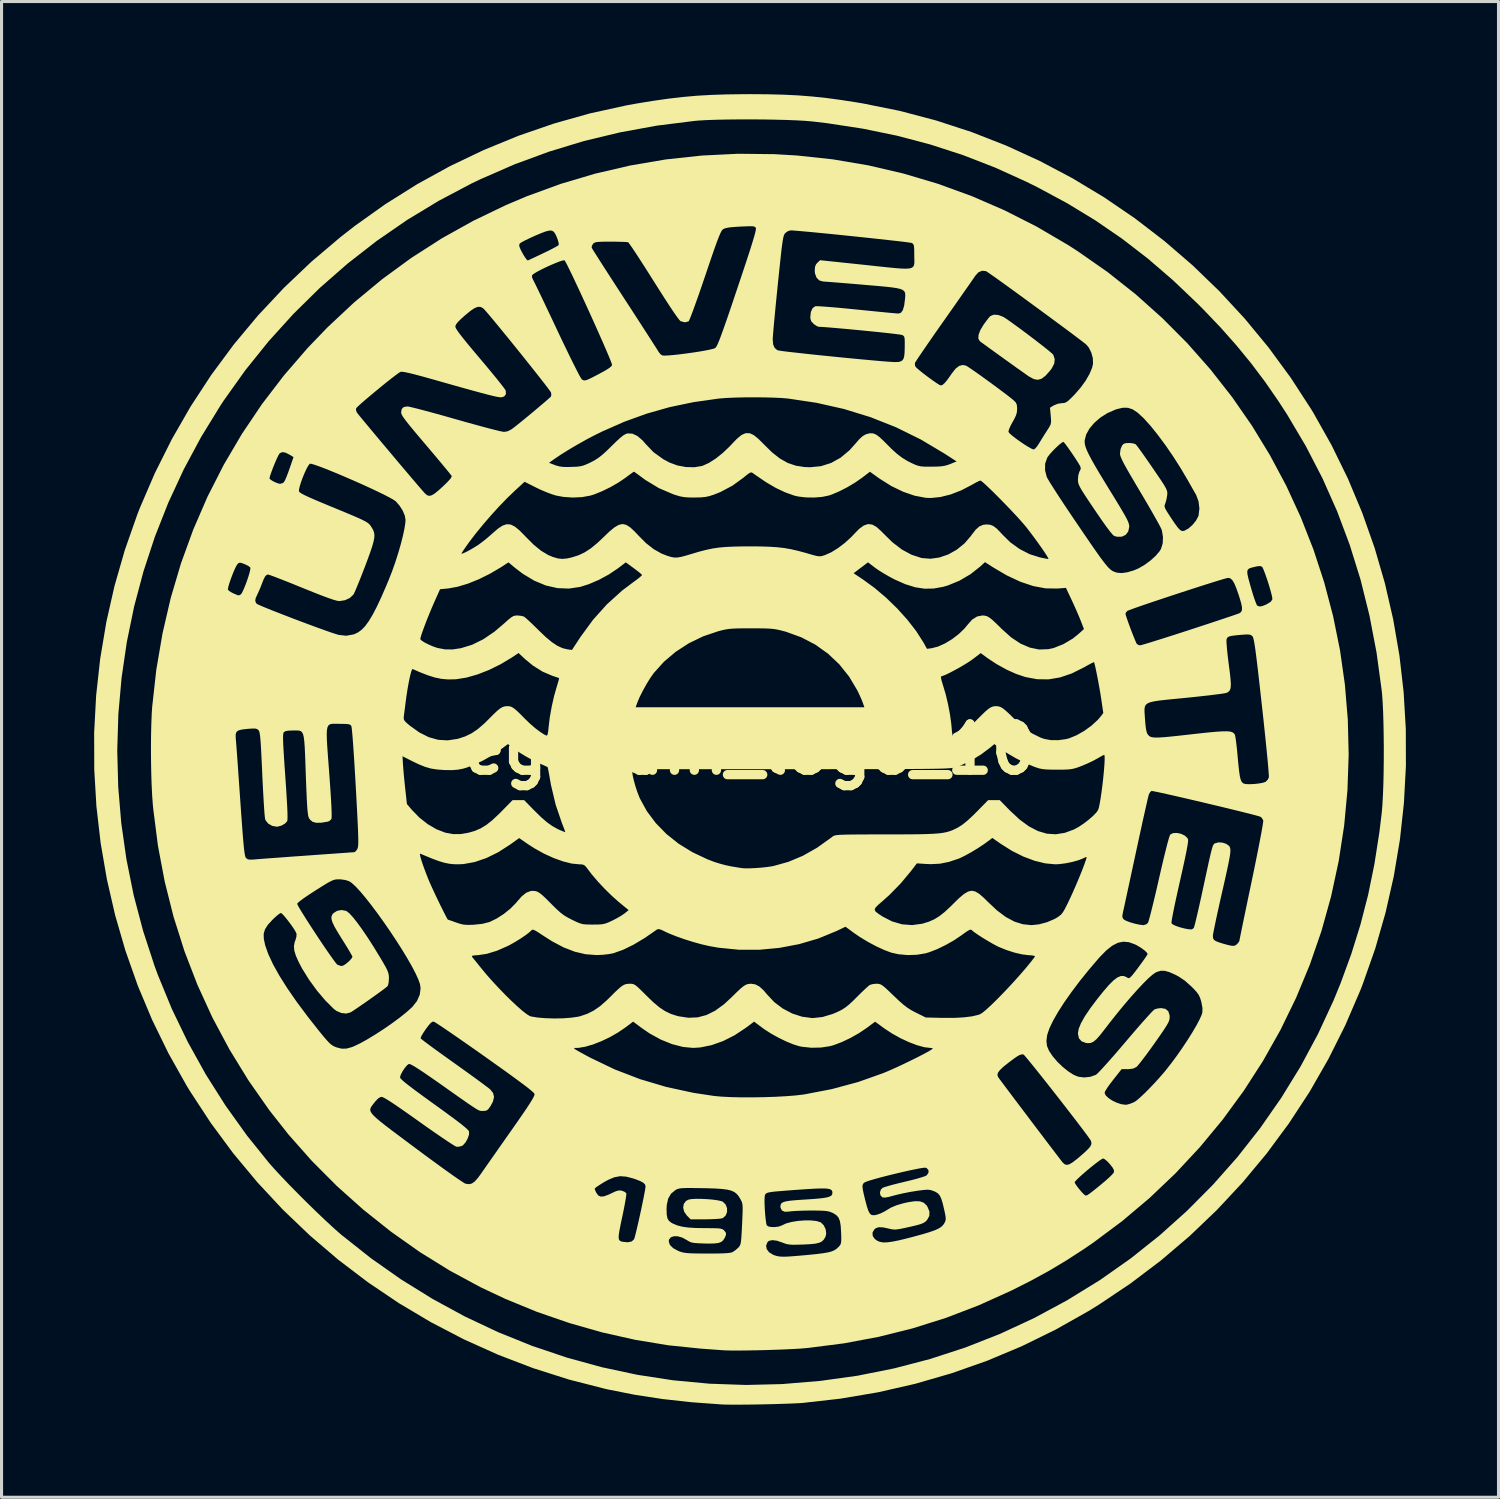
<source format=kicad_pcb>
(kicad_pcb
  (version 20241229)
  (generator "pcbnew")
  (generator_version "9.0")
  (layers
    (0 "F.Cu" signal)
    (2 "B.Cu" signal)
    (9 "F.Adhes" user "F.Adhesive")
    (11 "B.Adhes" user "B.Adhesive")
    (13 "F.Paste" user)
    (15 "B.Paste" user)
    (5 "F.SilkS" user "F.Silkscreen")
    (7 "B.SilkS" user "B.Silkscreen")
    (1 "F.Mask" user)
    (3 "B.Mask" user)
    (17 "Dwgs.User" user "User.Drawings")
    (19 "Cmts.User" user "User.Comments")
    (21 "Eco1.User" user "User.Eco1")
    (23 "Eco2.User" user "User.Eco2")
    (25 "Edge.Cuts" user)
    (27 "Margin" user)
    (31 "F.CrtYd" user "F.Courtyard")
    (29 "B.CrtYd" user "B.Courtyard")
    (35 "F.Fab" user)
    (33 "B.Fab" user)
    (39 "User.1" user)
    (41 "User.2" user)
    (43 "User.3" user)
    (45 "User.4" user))
  (footprint "ege_uni_logo_10"
    (layer "F.Cu")
    (at 21.264 21.222)
    (property "Reference" "ege_uni_logo_10" (at 0 0 0) (layer "F.SilkS") (effects (font (size 1.5 1.5) (thickness 0.3))))
    (attr board_only exclude_from_pos_files exclude_from_bom)
    (fp_poly (pts (xy -1.589 14.564) (xy -1.399 14.573) (xy -1.215 14.589) (xy -1.056 14.612) (xy -0.939 14.639) (xy -0.899 14.656) (xy -0.808 14.746) (xy -0.763 14.863) (xy -0.762 14.988) (xy -0.806 15.101) (xy -0.892 15.18) (xy -0.915 15.191) (xy -0.986 15.204) (xy -1.11 15.215) (xy -1.273 15.222) (xy -1.456 15.226) (xy -1.475 15.226) (xy -1.942 15.226) (xy -2.064 15.104) (xy -2.151 14.98) (xy -2.184 14.849) (xy -2.164 14.728) (xy -2.092 14.632) (xy -2.014 14.589) (xy -1.915 14.57) (xy -1.767 14.562)) (stroke (width 0) (type solid)) (fill yes) (layer "F.SilkS"))
    (fp_poly (pts (xy 8.017 -14.07) (xy 8.173 -14.013) (xy 8.265 -13.958) (xy 8.429 -13.843) (xy 8.614 -13.709) (xy 8.812 -13.564) (xy 9.013 -13.413) (xy 9.21 -13.264) (xy 9.392 -13.123) (xy 9.552 -12.997) (xy 9.68 -12.893) (xy 9.768 -12.818) (xy 9.806 -12.778) (xy 9.852 -12.64) (xy 9.837 -12.496) (xy 9.757 -12.34) (xy 9.692 -12.254) (xy 9.55 -12.097) (xy 9.425 -12.003) (xy 9.304 -11.969) (xy 9.176 -11.992) (xy 9.029 -12.07) (xy 8.988 -12.097) (xy 8.903 -12.157) (xy 8.777 -12.246) (xy 8.62 -12.357) (xy 8.442 -12.485) (xy 8.253 -12.62) (xy 8.063 -12.757) (xy 7.88 -12.889) (xy 7.716 -13.007) (xy 7.579 -13.107) (xy 7.48 -13.179) (xy 7.428 -13.219) (xy 7.425 -13.221) (xy 7.378 -13.304) (xy 7.385 -13.426) (xy 7.442 -13.578) (xy 7.546 -13.752) (xy 7.632 -13.87) (xy 7.708 -13.968) (xy 7.761 -14.028) (xy 7.768 -14.034) (xy 7.877 -14.078)) (stroke (width 0) (type solid)) (fill yes) (layer "F.SilkS"))
    (fp_poly (pts (xy 0.548 -21.218) (xy 1.061 -21.205) (xy 1.538 -21.182) (xy 1.996 -21.146) (xy 2.453 -21.098) (xy 2.927 -21.034) (xy 3.436 -20.955) (xy 3.645 -20.92) (xy 4.837 -20.679) (xy 6.008 -20.37) (xy 7.155 -19.996) (xy 8.276 -19.558) (xy 9.369 -19.057) (xy 10.43 -18.496) (xy 11.458 -17.876) (xy 12.45 -17.199) (xy 13.402 -16.467) (xy 14.314 -15.681) (xy 15.182 -14.843) (xy 16.004 -13.955) (xy 16.777 -13.018) (xy 17.498 -12.035) (xy 18.166 -11.006) (xy 18.228 -10.904) (xy 18.821 -9.849) (xy 19.351 -8.765) (xy 19.815 -7.656) (xy 20.214 -6.525) (xy 20.548 -5.376) (xy 20.816 -4.21) (xy 21.019 -3.033) (xy 21.155 -1.846) (xy 21.225 -0.653) (xy 21.228 0.543) (xy 21.164 1.739) (xy 21.034 2.93) (xy 20.835 4.115) (xy 20.569 5.291) (xy 20.236 6.452) (xy 19.833 7.598) (xy 19.751 7.81) (xy 19.264 8.941) (xy 18.715 10.037) (xy 18.107 11.097) (xy 17.439 12.117) (xy 16.716 13.096) (xy 15.937 14.032) (xy 15.106 14.923) (xy 14.224 15.766) (xy 13.293 16.558) (xy 12.314 17.299) (xy 11.29 17.986) (xy 10.947 18.198) (xy 9.883 18.798) (xy 8.788 19.335) (xy 7.664 19.807) (xy 6.511 20.213) (xy 5.333 20.554) (xy 4.131 20.829) (xy 2.905 21.036) (xy 1.702 21.172) (xy 1.544 21.183) (xy 1.33 21.193) (xy 1.073 21.202) (xy 0.787 21.211) (xy 0.483 21.218) (xy 0.177 21.224) (xy -0.121 21.228) (xy -0.396 21.23) (xy -0.636 21.23) (xy -0.827 21.227) (xy -0.931 21.223) (xy -1.916 21.151) (xy -2.848 21.048) (xy -3.743 20.911) (xy -4.613 20.739) (xy -4.693 20.721) (xy -5.882 20.417) (xy -7.045 20.047) (xy -8.18 19.612) (xy -9.286 19.115) (xy -10.358 18.557) (xy -11.397 17.939) (xy -12.397 17.264) (xy -13.359 16.533) (xy -14.278 15.748) (xy -15.153 14.911) (xy -15.981 14.022) (xy -16.761 13.085) (xy -17.488 12.101) (xy -18.162 11.071) (xy -18.264 10.904) (xy -18.857 9.849) (xy -19.386 8.765) (xy -19.851 7.656) (xy -20.25 6.525) (xy -20.584 5.376) (xy -20.852 4.21) (xy -21.054 3.033) (xy -21.191 1.846) (xy -21.261 0.653) (xy -21.262 0.035) (xy -20.516 0.035) (xy -20.485 1.212) (xy -20.386 2.388) (xy -20.219 3.561) (xy -19.984 4.726) (xy -19.679 5.881) (xy -19.306 7.023) (xy -19.197 7.318) (xy -18.746 8.414) (xy -18.228 9.487) (xy -17.648 10.532) (xy -17.007 11.544) (xy -16.31 12.517) (xy -15.6 13.399) (xy -15.417 13.605) (xy -15.192 13.848) (xy -14.936 14.116) (xy -14.657 14.399) (xy -14.369 14.687) (xy -14.081 14.968) (xy -13.804 15.232) (xy -13.55 15.468) (xy -13.328 15.666) (xy -13.255 15.728) (xy -12.308 16.479) (xy -11.324 17.171) (xy -10.306 17.802) (xy -9.259 18.372) (xy -8.184 18.879) (xy -7.085 19.323) (xy -5.965 19.701) (xy -4.826 20.015) (xy -3.672 20.262) (xy -2.505 20.441) (xy -1.329 20.551) (xy -0.146 20.592) (xy 1.021 20.563) (xy 2.253 20.461) (xy 3.465 20.292) (xy 4.654 20.054) (xy 5.821 19.749) (xy 6.964 19.376) (xy 8.082 18.936) (xy 9.174 18.43) (xy 10.241 17.856) (xy 11.28 17.217) (xy 11.339 17.179) (xy 12.316 16.491) (xy 13.251 15.746) (xy 14.139 14.95) (xy 14.98 14.103) (xy 15.771 13.209) (xy 16.508 12.271) (xy 17.19 11.292) (xy 17.815 10.276) (xy 18.38 9.224) (xy 18.882 8.141) (xy 19.113 7.577) (xy 19.461 6.626) (xy 19.757 5.675) (xy 20.005 4.713) (xy 20.207 3.724) (xy 20.368 2.696) (xy 20.445 2.06) (xy 20.466 1.813) (xy 20.483 1.507) (xy 20.497 1.156) (xy 20.506 0.772) (xy 20.511 0.366) (xy 20.512 -0.048) (xy 20.508 -0.457) (xy 20.501 -0.851) (xy 20.49 -1.215) (xy 20.474 -1.537) (xy 20.455 -1.806) (xy 20.445 -1.899) (xy 20.277 -3.134) (xy 20.048 -4.331) (xy 19.76 -5.491) (xy 19.41 -6.617) (xy 18.999 -7.713) (xy 18.524 -8.781) (xy 17.985 -9.823) (xy 17.381 -10.843) (xy 17.098 -11.279) (xy 16.665 -11.905) (xy 16.216 -12.501) (xy 15.74 -13.082) (xy 15.226 -13.662) (xy 14.661 -14.254) (xy 14.494 -14.422) (xy 13.689 -15.189) (xy 12.873 -15.892) (xy 12.036 -16.538) (xy 11.167 -17.134) (xy 10.256 -17.688) (xy 9.294 -18.206) (xy 8.941 -18.381) (xy 7.92 -18.844) (xy 6.885 -19.246) (xy 5.83 -19.589) (xy 4.748 -19.875) (xy 3.632 -20.105) (xy 2.474 -20.282) (xy 2.006 -20.337) (xy 1.782 -20.357) (xy 1.498 -20.373) (xy 1.167 -20.386) (xy 0.802 -20.395) (xy 0.415 -20.402) (xy 0.018 -20.405) (xy -0.376 -20.404) (xy -0.756 -20.4) (xy -1.109 -20.393) (xy -1.422 -20.382) (xy -1.683 -20.367) (xy -1.809 -20.356) (xy -3.037 -20.202) (xy -4.231 -19.984) (xy -5.396 -19.704) (xy -6.534 -19.358) (xy -7.648 -18.948) (xy -8.741 -18.471) (xy -9.046 -18.325) (xy -10.104 -17.766) (xy -11.126 -17.147) (xy -12.111 -16.468) (xy -13.055 -15.733) (xy -13.956 -14.944) (xy -14.81 -14.103) (xy -15.615 -13.214) (xy -16.368 -12.278) (xy -17.066 -11.298) (xy -17.169 -11.142) (xy -17.798 -10.118) (xy -18.363 -9.065) (xy -18.863 -7.986) (xy -19.297 -6.885) (xy -19.666 -5.764) (xy -19.969 -4.626) (xy -20.206 -3.474) (xy -20.376 -2.311) (xy -20.48 -1.141) (xy -20.516 0.035) (xy -21.262 0.035) (xy -21.264 -0.543) (xy -21.2 -1.739) (xy -21.069 -2.93) (xy -20.871 -4.115) (xy -20.605 -5.291) (xy -20.271 -6.452) (xy -19.869 -7.598) (xy -19.787 -7.81) (xy -19.298 -8.945) (xy -18.748 -10.044) (xy -18.138 -11.106) (xy -17.468 -12.13) (xy -16.741 -13.112) (xy -15.957 -14.052) (xy -15.118 -14.947) (xy -14.225 -15.796) (xy -13.28 -16.596) (xy -12.822 -16.953) (xy -11.832 -17.658) (xy -10.803 -18.304) (xy -9.738 -18.89) (xy -8.641 -19.414) (xy -7.516 -19.875) (xy -6.367 -20.271) (xy -5.198 -20.6) (xy -4.013 -20.86) (xy -3.681 -20.92) (xy -3.154 -21.006) (xy -2.669 -21.075) (xy -2.207 -21.129) (xy -1.751 -21.17) (xy -1.284 -21.197) (xy -0.787 -21.214) (xy -0.243 -21.221) (xy -0.018 -21.222)) (stroke (width 0) (type solid)) (fill yes) (layer "F.SilkS"))
    (fp_poly (pts (xy 0.772 -19.278) (xy 1.505 -19.235) (xy 2.665 -19.11) (xy 3.815 -18.915) (xy 4.949 -18.651) (xy 6.066 -18.319) (xy 7.16 -17.921) (xy 8.23 -17.457) (xy 9.27 -16.93) (xy 10.278 -16.339) (xy 10.604 -16.13) (xy 11.566 -15.458) (xy 12.478 -14.736) (xy 13.337 -13.968) (xy 14.145 -13.156) (xy 14.898 -12.303) (xy 15.597 -11.411) (xy 16.24 -10.484) (xy 16.826 -9.523) (xy 17.355 -8.532) (xy 17.824 -7.513) (xy 18.234 -6.469) (xy 18.583 -5.402) (xy 18.869 -4.316) (xy 19.093 -3.212) (xy 19.252 -2.094) (xy 19.346 -0.964) (xy 19.374 0.175) (xy 19.335 1.321) (xy 19.228 2.471) (xy 19.051 3.622) (xy 18.805 4.765) (xy 18.493 5.886) (xy 18.114 6.982) (xy 17.671 8.051) (xy 17.166 9.089) (xy 16.6 10.094) (xy 15.975 11.064) (xy 15.294 11.995) (xy 14.557 12.885) (xy 13.768 13.732) (xy 12.928 14.532) (xy 12.038 15.283) (xy 11.101 15.982) (xy 10.778 16.203) (xy 10.222 16.562) (xy 9.665 16.895) (xy 9.083 17.213) (xy 8.454 17.531) (xy 8.437 17.539) (xy 7.387 18.013) (xy 6.327 18.419) (xy 5.25 18.758) (xy 4.153 19.032) (xy 3.028 19.243) (xy 1.871 19.391) (xy 1.773 19.4) (xy 1.59 19.415) (xy 1.356 19.428) (xy 1.085 19.441) (xy 0.789 19.452) (xy 0.481 19.462) (xy 0.173 19.469) (xy -0.121 19.474) (xy -0.39 19.477) (xy -0.62 19.476) (xy -0.799 19.472) (xy -0.878 19.468) (xy -0.977 19.461) (xy -1.131 19.45) (xy -1.319 19.436) (xy -1.526 19.421) (xy -1.612 19.415) (xy -2.67 19.306) (xy -3.738 19.129) (xy -4.808 18.889) (xy -5.871 18.586) (xy -6.92 18.224) (xy -7.944 17.804) (xy -8.746 17.426) (xy -9.742 16.889) (xy -10.711 16.288) (xy -11.647 15.627) (xy -12.547 14.911) (xy -13.306 14.233) (xy -5.051 14.233) (xy -5.036 14.282) (xy -5 14.362) (xy -4.997 14.367) (xy -4.935 14.452) (xy -4.856 14.49) (xy -4.748 14.482) (xy -4.6 14.427) (xy -4.527 14.392) (xy -4.392 14.328) (xy -4.298 14.296) (xy -4.225 14.29) (xy -4.163 14.301) (xy -4.077 14.337) (xy -4.027 14.381) (xy -4.025 14.385) (xy -4.026 14.434) (xy -4.041 14.542) (xy -4.068 14.697) (xy -4.104 14.887) (xy -4.148 15.101) (xy -4.156 15.136) (xy -4.209 15.39) (xy -4.247 15.582) (xy -4.269 15.723) (xy -4.274 15.82) (xy -4.262 15.883) (xy -4.234 15.921) (xy -4.189 15.943) (xy -4.144 15.954) (xy -3.976 15.97) (xy -3.851 15.943) (xy -3.776 15.874) (xy -3.774 15.871) (xy -3.754 15.809) (xy -3.723 15.69) (xy -3.683 15.527) (xy -3.638 15.332) (xy -3.59 15.118) (xy -3.542 14.898) (xy -3.542 14.897) (xy -2.722 14.897) (xy -2.717 15.07) (xy -2.695 15.189) (xy -2.649 15.271) (xy -2.571 15.334) (xy -2.516 15.364) (xy -2.378 15.422) (xy -2.218 15.464) (xy -2.023 15.492) (xy -1.781 15.507) (xy -1.48 15.512) (xy -1.467 15.512) (xy -1.258 15.513) (xy -1.108 15.516) (xy -1.006 15.523) (xy -0.939 15.536) (xy -0.894 15.555) (xy -0.861 15.583) (xy -0.86 15.584) (xy -0.804 15.653) (xy -0.794 15.718) (xy -0.828 15.808) (xy -0.839 15.829) (xy -0.888 15.905) (xy -0.952 15.959) (xy -1.042 15.992) (xy -1.171 16.008) (xy -1.351 16.012) (xy -1.495 16.009) (xy -1.68 16.002) (xy -1.81 15.993) (xy -1.901 15.978) (xy -1.97 15.955) (xy -2.033 15.919) (xy -2.063 15.899) (xy -2.212 15.818) (xy -2.357 15.776) (xy -2.486 15.774) (xy -2.585 15.81) (xy -2.642 15.882) (xy -2.651 15.937) (xy -2.616 16.053) (xy -2.511 16.158) (xy -2.339 16.252) (xy -2.307 16.264) (xy -2.237 16.288) (xy -2.16 16.306) (xy -2.063 16.319) (xy -1.936 16.327) (xy -1.766 16.332) (xy -1.541 16.334) (xy -1.404 16.335) (xy -1.136 16.334) (xy -0.931 16.33) (xy -0.78 16.323) (xy -0.674 16.312) (xy -0.605 16.296) (xy -0.58 16.286) (xy -0.487 16.223) (xy -0.396 16.142) (xy -0.395 16.141) (xy -0.364 16.104) (xy -0.34 16.063) (xy -0.322 16.007) (xy -0.309 15.925) (xy -0.298 15.805) (xy -0.288 15.637) (xy -0.276 15.409) (xy -0.275 15.386) (xy -0.265 15.153) (xy -0.258 14.98) (xy -0.257 14.855) (xy -0.261 14.766) (xy -0.272 14.701) (xy -0.29 14.648) (xy -0.308 14.613) (xy 0.451 14.613) (xy 0.454 14.762) (xy 0.462 14.93) (xy 0.475 15.099) (xy 0.491 15.25) (xy 0.509 15.366) (xy 0.523 15.419) (xy 0.572 15.456) (xy 0.667 15.475) (xy 0.786 15.477) (xy 0.907 15.461) (xy 1.006 15.428) (xy 1.024 15.418) (xy 1.154 15.358) (xy 1.33 15.311) (xy 1.534 15.278) (xy 1.747 15.262) (xy 1.951 15.262) (xy 2.127 15.28) (xy 2.258 15.318) (xy 2.279 15.33) (xy 2.372 15.423) (xy 2.433 15.552) (xy 2.45 15.69) (xy 2.425 15.795) (xy 2.374 15.88) (xy 2.31 15.943) (xy 2.221 15.986) (xy 2.095 16.015) (xy 1.921 16.032) (xy 1.703 16.043) (xy 1.502 16.048) (xy 1.356 16.049) (xy 1.25 16.042) (xy 1.166 16.027) (xy 1.089 16.002) (xy 1.039 15.982) (xy 0.858 15.92) (xy 0.707 15.9) (xy 0.596 15.923) (xy 0.55 15.961) (xy 0.503 16.076) (xy 0.522 16.19) (xy 0.6 16.294) (xy 0.734 16.376) (xy 0.77 16.39) (xy 0.84 16.412) (xy 0.912 16.427) (xy 0.996 16.435) (xy 1.104 16.437) (xy 1.244 16.431) (xy 1.428 16.417) (xy 1.665 16.397) (xy 1.881 16.377) (xy 2.148 16.35) (xy 2.354 16.324) (xy 2.511 16.297) (xy 2.628 16.265) (xy 2.718 16.226) (xy 2.791 16.176) (xy 2.857 16.113) (xy 2.861 16.109) (xy 2.899 16.064) (xy 2.923 16.015) (xy 2.935 15.948) (xy 2.938 15.845) (xy 2.934 15.69) (xy 2.932 15.646) (xy 2.919 15.434) (xy 2.893 15.28) (xy 2.848 15.17) (xy 2.778 15.09) (xy 2.677 15.026) (xy 2.639 15.009) (xy 2.568 14.981) (xy 2.487 14.962) (xy 2.381 14.95) (xy 2.236 14.944) (xy 2.039 14.941) (xy 1.952 14.941) (xy 1.749 14.944) (xy 1.556 14.95) (xy 1.394 14.959) (xy 1.279 14.969) (xy 1.254 14.974) (xy 1.11 14.981) (xy 1.014 14.939) (xy 0.97 14.85) (xy 0.967 14.814) (xy 0.973 14.755) (xy 0.997 14.71) (xy 1.046 14.675) (xy 1.13 14.648) (xy 1.256 14.626) (xy 1.433 14.608) (xy 1.671 14.591) (xy 1.791 14.584) (xy 2.066 14.565) (xy 2.277 14.546) (xy 2.433 14.524) (xy 2.54 14.498) (xy 2.607 14.465) (xy 2.641 14.424) (xy 2.651 14.373) (xy 2.651 14.372) (xy 2.646 14.323) (xy 2.627 14.284) (xy 2.587 14.256) (xy 2.518 14.237) (xy 2.415 14.227) (xy 2.27 14.226) (xy 2.076 14.233) (xy 1.827 14.248) (xy 1.515 14.269) (xy 1.407 14.277) (xy 1.132 14.298) (xy 0.92 14.315) (xy 0.761 14.329) (xy 0.648 14.344) (xy 0.572 14.359) (xy 0.523 14.376) (xy 0.493 14.397) (xy 0.473 14.424) (xy 0.465 14.438) (xy 0.455 14.499) (xy 0.451 14.613) (xy -0.308 14.613) (xy -0.317 14.595) (xy -0.328 14.574) (xy -0.386 14.478) (xy -0.45 14.402) (xy -0.526 14.342) (xy -0.625 14.297) (xy -0.754 14.265) (xy -0.923 14.243) (xy -1.139 14.228) (xy -1.412 14.219) (xy -1.666 14.215) (xy -1.899 14.212) (xy -2.072 14.212) (xy -2.197 14.216) (xy -2.285 14.224) (xy -2.35 14.239) (xy -2.402 14.26) (xy -2.436 14.279) (xy -2.578 14.396) (xy -2.67 14.556) (xy -2.716 14.764) (xy -2.722 14.897) (xy -3.542 14.897) (xy -3.498 14.685) (xy -3.458 14.491) (xy -3.428 14.33) (xy -3.408 14.214) (xy -3.404 14.173) (xy 3.624 14.173) (xy 3.637 14.271) (xy 3.667 14.414) (xy 3.713 14.602) (xy 3.767 14.805) (xy 3.814 14.947) (xy 3.861 15.037) (xy 3.915 15.083) (xy 3.984 15.095) (xy 4.073 15.082) (xy 4.079 15.081) (xy 4.209 15.036) (xy 4.344 14.969) (xy 4.384 14.944) (xy 4.549 14.846) (xy 4.732 14.769) (xy 4.953 14.705) (xy 5.101 14.672) (xy 5.319 14.639) (xy 5.484 14.643) (xy 5.607 14.687) (xy 5.7 14.773) (xy 5.729 14.816) (xy 5.794 14.974) (xy 5.79 15.116) (xy 5.718 15.246) (xy 5.705 15.261) (xy 5.656 15.308) (xy 5.595 15.346) (xy 5.51 15.38) (xy 5.385 15.416) (xy 5.209 15.458) (xy 5.141 15.473) (xy 4.949 15.516) (xy 4.811 15.543) (xy 4.71 15.556) (xy 4.631 15.556) (xy 4.556 15.546) (xy 4.479 15.527) (xy 4.296 15.488) (xy 4.163 15.481) (xy 4.068 15.507) (xy 4.012 15.548) (xy 3.95 15.653) (xy 3.955 15.764) (xy 4.021 15.86) (xy 4.097 15.917) (xy 4.184 15.955) (xy 4.29 15.974) (xy 4.424 15.972) (xy 4.595 15.949) (xy 4.81 15.906) (xy 5.08 15.84) (xy 5.291 15.785) (xy 5.572 15.708) (xy 5.792 15.642) (xy 5.959 15.584) (xy 6.083 15.529) (xy 6.172 15.473) (xy 6.236 15.412) (xy 6.282 15.343) (xy 6.288 15.331) (xy 6.312 15.276) (xy 6.322 15.216) (xy 6.316 15.136) (xy 6.294 15.016) (xy 6.269 14.901) (xy 6.22 14.696) (xy 6.174 14.55) (xy 6.124 14.449) (xy 6.062 14.381) (xy 5.981 14.332) (xy 5.93 14.311) (xy 5.856 14.285) (xy 5.787 14.27) (xy 5.708 14.267) (xy 5.601 14.276) (xy 5.448 14.295) (xy 5.358 14.308) (xy 5.153 14.342) (xy 4.935 14.385) (xy 4.736 14.431) (xy 4.64 14.456) (xy 4.474 14.501) (xy 4.362 14.521) (xy 4.289 14.518) (xy 4.261 14.508) (xy 4.204 14.442) (xy 4.191 14.35) (xy 4.223 14.258) (xy 4.272 14.209) (xy 4.332 14.185) (xy 4.449 14.149) (xy 4.61 14.104) (xy 4.803 14.055) (xy 4.917 14.028) (xy 10.497 14.028) (xy 10.519 14.075) (xy 10.575 14.157) (xy 10.65 14.253) (xy 10.73 14.347) (xy 10.8 14.418) (xy 10.832 14.444) (xy 10.853 14.455) (xy 10.878 14.454) (xy 10.917 14.437) (xy 10.977 14.397) (xy 11.067 14.328) (xy 11.196 14.226) (xy 11.354 14.097) (xy 11.499 13.976) (xy 11.624 13.863) (xy 11.717 13.771) (xy 11.767 13.708) (xy 11.773 13.696) (xy 11.77 13.632) (xy 11.726 13.549) (xy 11.638 13.436) (xy 11.549 13.343) (xy 11.47 13.278) (xy 11.419 13.255) (xy 11.371 13.278) (xy 11.282 13.338) (xy 11.164 13.427) (xy 11.029 13.534) (xy 10.889 13.651) (xy 10.754 13.767) (xy 10.637 13.873) (xy 10.549 13.959) (xy 10.502 14.015) (xy 10.497 14.028) (xy 4.917 14.028) (xy 4.998 14.008) (xy 5.207 13.958) (xy 5.395 13.908) (xy 5.549 13.863) (xy 5.657 13.826) (xy 5.705 13.802) (xy 5.763 13.717) (xy 5.763 13.633) (xy 5.708 13.57) (xy 5.67 13.554) (xy 5.608 13.556) (xy 5.489 13.574) (xy 5.324 13.606) (xy 5.125 13.648) (xy 4.903 13.698) (xy 4.671 13.753) (xy 4.438 13.81) (xy 4.218 13.867) (xy 4.021 13.921) (xy 3.86 13.968) (xy 3.746 14.007) (xy 3.693 14.031) (xy 3.653 14.065) (xy 3.63 14.109) (xy 3.624 14.173) (xy -3.404 14.173) (xy -3.403 14.161) (xy -3.419 14.097) (xy -3.475 14.041) (xy -3.579 13.985) (xy -3.74 13.923) (xy -3.81 13.9) (xy -4.032 13.843) (xy -4.226 13.829) (xy -4.414 13.864) (xy -4.614 13.948) (xy -4.756 14.027) (xy -4.883 14.106) (xy -4.982 14.173) (xy -5.041 14.219) (xy -5.051 14.233) (xy -13.306 14.233) (xy -13.404 14.145) (xy -14.213 13.333) (xy -14.969 12.479) (xy -15.586 11.697) (xy -15.606 11.669) (xy -12.322 11.669) (xy -12.314 11.722) (xy -12.281 11.783) (xy -12.221 11.855) (xy -12.129 11.944) (xy -12.001 12.052) (xy -11.834 12.184) (xy -11.623 12.345) (xy -11.366 12.538) (xy -11.058 12.768) (xy -10.837 12.932) (xy -10.547 13.148) (xy -10.271 13.35) (xy -10.015 13.537) (xy -9.785 13.702) (xy -9.587 13.842) (xy -9.427 13.952) (xy -9.31 14.029) (xy -9.244 14.069) (xy -9.234 14.072) (xy -9.126 14.088) (xy -9.031 14.067) (xy -8.937 14.002) (xy -8.833 13.885) (xy -8.745 13.765) (xy -8.68 13.672) (xy -8.579 13.528) (xy -8.45 13.344) (xy -8.297 13.126) (xy -8.128 12.884) (xy -7.947 12.627) (xy -7.765 12.368) (xy -7.557 12.071) (xy -7.388 11.826) (xy -7.254 11.63) (xy -7.153 11.475) (xy -7.08 11.357) (xy -7.032 11.271) (xy -7.006 11.212) (xy -6.998 11.173) (xy -7 11.163) (xy -7.024 11.129) (xy -7.089 11.07) (xy -7.195 10.982) (xy -7.347 10.865) (xy -7.547 10.717) (xy -7.797 10.534) (xy -8.1 10.316) (xy -8.459 10.061) (xy -8.604 9.958) (xy -8.905 9.745) (xy -8.987 9.688) (xy -5.719 9.688) (xy -5.68 9.72) (xy -5.677 9.722) (xy -5.62 9.757) (xy -5.513 9.817) (xy -5.372 9.894) (xy -5.212 9.98) (xy -5.195 9.989) (xy -4.401 10.37) (xy -3.579 10.686) (xy -2.728 10.939) (xy -1.844 11.13) (xy -1.182 11.23) (xy -0.94 11.252) (xy -0.642 11.267) (xy -0.303 11.275) (xy 0.06 11.275) (xy 0.433 11.269) (xy 0.799 11.257) (xy 1.145 11.238) (xy 1.453 11.214) (xy 1.709 11.184) (xy 1.738 11.18) (xy 2.627 11.009) (xy 3.481 10.779) (xy 4.114 10.555) (xy 7.996 10.555) (xy 8.021 10.623) (xy 8.03 10.636) (xy 8.121 10.758) (xy 8.242 10.92) (xy 8.387 11.113) (xy 8.55 11.33) (xy 8.728 11.566) (xy 8.914 11.812) (xy 9.103 12.063) (xy 9.29 12.31) (xy 9.471 12.548) (xy 9.639 12.77) (xy 9.79 12.968) (xy 9.918 13.136) (xy 10.018 13.267) (xy 10.085 13.354) (xy 10.114 13.39) (xy 10.176 13.444) (xy 10.243 13.463) (xy 10.324 13.444) (xy 10.429 13.383) (xy 10.568 13.276) (xy 10.667 13.193) (xy 10.829 13.051) (xy 10.94 12.943) (xy 11.008 12.861) (xy 11.039 12.793) (xy 11.039 12.731) (xy 11.021 12.677) (xy 10.99 12.627) (xy 10.92 12.529) (xy 10.818 12.391) (xy 10.687 12.218) (xy 10.535 12.018) (xy 10.364 11.797) (xy 10.182 11.561) (xy 9.993 11.318) (xy 9.802 11.074) (xy 9.615 10.836) (xy 9.436 10.61) (xy 9.271 10.403) (xy 9.125 10.222) (xy 9.004 10.073) (xy 8.912 9.963) (xy 8.854 9.898) (xy 8.837 9.883) (xy 8.782 9.884) (xy 8.723 9.9) (xy 8.648 9.94) (xy 8.545 10.01) (xy 8.401 10.117) (xy 8.358 10.15) (xy 8.187 10.286) (xy 8.074 10.394) (xy 8.011 10.481) (xy 7.996 10.555) (xy 4.114 10.555) (xy 4.296 10.49) (xy 4.377 10.457) (xy 4.545 10.385) (xy 4.743 10.296) (xy 4.956 10.196) (xy 5.173 10.091) (xy 5.382 9.988) (xy 5.569 9.892) (xy 5.722 9.81) (xy 5.83 9.748) (xy 5.864 9.724) (xy 5.902 9.69) (xy 5.885 9.677) (xy 5.821 9.674) (xy 5.627 9.65) (xy 5.393 9.586) (xy 5.133 9.488) (xy 5.046 9.447) (xy 9.583 9.447) (xy 9.601 9.604) (xy 9.605 9.618) (xy 9.669 9.771) (xy 9.784 9.942) (xy 9.935 10.119) (xy 10.108 10.287) (xy 10.291 10.434) (xy 10.468 10.547) (xy 10.616 10.607) (xy 10.807 10.631) (xy 11.008 10.609) (xy 11.183 10.546) (xy 11.192 10.54) (xy 11.24 10.499) (xy 11.328 10.409) (xy 11.45 10.277) (xy 11.6 10.11) (xy 11.772 9.915) (xy 11.96 9.697) (xy 12.15 9.474) (xy 12.346 9.244) (xy 12.531 9.029) (xy 12.699 8.837) (xy 12.844 8.675) (xy 12.96 8.548) (xy 13.041 8.464) (xy 13.081 8.428) (xy 13.175 8.398) (xy 13.29 8.384) (xy 13.3 8.384) (xy 13.44 8.409) (xy 13.532 8.486) (xy 13.573 8.616) (xy 13.576 8.679) (xy 13.572 8.732) (xy 13.558 8.789) (xy 13.529 8.857) (xy 13.479 8.945) (xy 13.405 9.062) (xy 13.301 9.216) (xy 13.162 9.415) (xy 13.084 9.526) (xy 12.94 9.727) (xy 12.805 9.911) (xy 12.685 10.069) (xy 12.588 10.192) (xy 12.52 10.271) (xy 12.497 10.292) (xy 12.389 10.344) (xy 12.238 10.362) (xy 12.21 10.362) (xy 12.019 10.361) (xy 11.742 10.712) (xy 11.635 10.851) (xy 11.548 10.976) (xy 11.489 11.072) (xy 11.467 11.127) (xy 11.467 11.129) (xy 11.502 11.21) (xy 11.591 11.296) (xy 11.716 11.379) (xy 11.861 11.448) (xy 12.009 11.497) (xy 12.143 11.515) (xy 12.198 11.51) (xy 12.305 11.479) (xy 12.421 11.432) (xy 12.431 11.427) (xy 12.511 11.372) (xy 12.626 11.272) (xy 12.769 11.138) (xy 12.928 10.978) (xy 13.095 10.802) (xy 13.259 10.621) (xy 13.412 10.444) (xy 13.457 10.389) (xy 13.636 10.16) (xy 13.817 9.915) (xy 13.994 9.661) (xy 14.161 9.409) (xy 14.312 9.168) (xy 14.441 8.948) (xy 14.542 8.757) (xy 14.61 8.606) (xy 14.635 8.522) (xy 14.638 8.382) (xy 14.605 8.201) (xy 14.596 8.164) (xy 14.56 8.049) (xy 14.516 7.956) (xy 14.452 7.866) (xy 14.354 7.759) (xy 14.279 7.684) (xy 14.071 7.498) (xy 13.862 7.358) (xy 13.75 7.299) (xy 13.563 7.217) (xy 13.415 7.176) (xy 13.289 7.174) (xy 13.167 7.21) (xy 13.118 7.233) (xy 13.02 7.301) (xy 12.884 7.421) (xy 12.718 7.586) (xy 12.526 7.791) (xy 12.315 8.028) (xy 12.09 8.291) (xy 11.856 8.576) (xy 11.62 8.874) (xy 11.449 9.096) (xy 11.31 9.273) (xy 11.198 9.397) (xy 11.103 9.475) (xy 11.016 9.513) (xy 10.924 9.52) (xy 10.862 9.512) (xy 10.721 9.459) (xy 10.636 9.361) (xy 10.605 9.216) (xy 10.604 9.198) (xy 10.629 9.053) (xy 10.704 8.871) (xy 10.829 8.649) (xy 11.007 8.386) (xy 11.238 8.079) (xy 11.421 7.851) (xy 11.602 7.64) (xy 11.755 7.488) (xy 11.884 7.39) (xy 11.997 7.344) (xy 12.099 7.346) (xy 12.197 7.392) (xy 12.202 7.395) (xy 12.234 7.413) (xy 12.265 7.411) (xy 12.306 7.383) (xy 12.363 7.321) (xy 12.446 7.218) (xy 12.562 7.064) (xy 12.568 7.055) (xy 12.675 6.91) (xy 12.765 6.784) (xy 12.829 6.689) (xy 12.86 6.637) (xy 12.861 6.631) (xy 12.832 6.581) (xy 12.755 6.509) (xy 12.646 6.43) (xy 12.522 6.355) (xy 12.449 6.318) (xy 12.256 6.249) (xy 12.074 6.232) (xy 11.895 6.269) (xy 11.712 6.364) (xy 11.518 6.519) (xy 11.305 6.737) (xy 11.275 6.771) (xy 10.958 7.142) (xy 10.664 7.507) (xy 10.397 7.861) (xy 10.161 8.196) (xy 9.961 8.508) (xy 9.8 8.789) (xy 9.682 9.035) (xy 9.612 9.239) (xy 9.605 9.272) (xy 9.583 9.447) (xy 5.046 9.447) (xy 4.862 9.362) (xy 4.595 9.214) (xy 4.345 9.051) (xy 4.319 9.032) (xy 4.034 8.824) (xy 3.749 9.035) (xy 3.505 9.199) (xy 3.235 9.351) (xy 2.96 9.482) (xy 2.702 9.58) (xy 2.577 9.616) (xy 2.285 9.661) (xy 1.967 9.668) (xy 1.659 9.635) (xy 1.576 9.618) (xy 1.382 9.558) (xy 1.152 9.463) (xy 0.906 9.344) (xy 0.665 9.21) (xy 0.448 9.071) (xy 0.371 9.015) (xy 0.114 8.822) (xy -0.156 9.024) (xy -0.518 9.264) (xy -0.892 9.452) (xy -1.267 9.585) (xy -1.633 9.659) (xy -1.86 9.673) (xy -2.191 9.642) (xy -2.543 9.551) (xy -2.905 9.405) (xy -3.264 9.209) (xy -3.534 9.024) (xy -3.804 8.822) (xy -4.061 9.015) (xy -4.299 9.177) (xy -4.562 9.327) (xy -4.836 9.457) (xy -5.105 9.562) (xy -5.355 9.635) (xy -5.569 9.671) (xy -5.626 9.673) (xy -5.704 9.675) (xy -5.719 9.688) (xy -8.987 9.688) (xy -9.19 9.546) (xy -9.453 9.363) (xy -9.689 9.2) (xy -9.892 9.061) (xy -10.057 8.951) (xy -10.177 8.872) (xy -10.248 8.829) (xy -10.263 8.822) (xy -10.31 8.828) (xy -10.365 8.869) (xy -10.439 8.954) (xy -10.522 9.066) (xy -10.602 9.185) (xy -10.661 9.285) (xy -10.688 9.351) (xy -10.688 9.364) (xy -10.656 9.393) (xy -10.572 9.459) (xy -10.443 9.556) (xy -10.275 9.68) (xy -10.075 9.825) (xy -9.849 9.987) (xy -9.612 10.156) (xy -9.363 10.334) (xy -9.128 10.503) (xy -8.915 10.657) (xy -8.731 10.792) (xy -8.584 10.902) (xy -8.481 10.98) (xy -8.432 11.02) (xy -8.34 11.137) (xy -8.311 11.265) (xy -8.346 11.411) (xy -8.418 11.547) (xy -8.485 11.644) (xy -8.54 11.695) (xy -8.606 11.713) (xy -8.664 11.715) (xy -8.699 11.715) (xy -8.73 11.715) (xy -8.762 11.71) (xy -8.8 11.696) (xy -8.851 11.67) (xy -8.92 11.629) (xy -9.013 11.568) (xy -9.136 11.485) (xy -9.295 11.374) (xy -9.495 11.234) (xy -9.743 11.059) (xy -10.034 10.853) (xy -10.326 10.649) (xy -10.563 10.486) (xy -10.751 10.361) (xy -10.892 10.272) (xy -10.991 10.217) (xy -11.051 10.193) (xy -11.069 10.192) (xy -11.129 10.237) (xy -11.203 10.324) (xy -11.275 10.433) (xy -11.331 10.54) (xy -11.356 10.623) (xy -11.357 10.629) (xy -11.34 10.661) (xy -11.29 10.713) (xy -11.2 10.791) (xy -11.068 10.895) (xy -10.89 11.03) (xy -10.662 11.198) (xy -10.381 11.402) (xy -10.249 11.497) (xy -9.947 11.715) (xy -9.699 11.897) (xy -9.501 12.044) (xy -9.35 12.161) (xy -9.24 12.252) (xy -9.168 12.318) (xy -9.128 12.365) (xy -9.119 12.385) (xy -9.122 12.486) (xy -9.165 12.61) (xy -9.232 12.731) (xy -9.313 12.823) (xy -9.352 12.849) (xy -9.454 12.875) (xy -9.529 12.874) (xy -9.578 12.85) (xy -9.678 12.788) (xy -9.822 12.694) (xy -10.003 12.572) (xy -10.215 12.427) (xy -10.45 12.263) (xy -10.702 12.085) (xy -10.748 12.052) (xy -11.058 11.832) (xy -11.315 11.652) (xy -11.523 11.509) (xy -11.687 11.401) (xy -11.809 11.326) (xy -11.895 11.279) (xy -11.949 11.259) (xy -11.964 11.257) (xy -12.051 11.299) (xy -12.157 11.406) (xy -12.188 11.446) (xy -12.239 11.512) (xy -12.281 11.568) (xy -12.309 11.619) (xy -12.322 11.669) (xy -15.606 11.669) (xy -16.266 10.725) (xy -16.882 9.722) (xy -17.433 8.69) (xy -17.919 7.629) (xy -18.339 6.54) (xy -18.516 5.979) (xy -15.773 5.979) (xy -15.768 6.144) (xy -15.725 6.345) (xy -15.624 6.634) (xy -15.469 6.966) (xy -15.262 7.337) (xy -15.003 7.747) (xy -14.695 8.192) (xy -14.338 8.67) (xy -13.971 9.135) (xy -13.83 9.307) (xy -13.722 9.432) (xy -13.639 9.52) (xy -13.568 9.579) (xy -13.5 9.62) (xy -13.425 9.651) (xy -13.41 9.657) (xy -13.248 9.698) (xy -13.094 9.696) (xy -12.922 9.65) (xy -12.858 9.625) (xy -12.659 9.531) (xy -12.42 9.399) (xy -12.157 9.239) (xy -11.882 9.061) (xy -11.612 8.874) (xy -11.36 8.688) (xy -11.141 8.512) (xy -10.969 8.357) (xy -10.959 8.348) (xy -10.808 8.157) (xy -10.717 7.951) (xy -10.69 7.742) (xy -10.708 7.612) (xy -10.762 7.457) (xy -10.852 7.259) (xy -10.974 7.026) (xy -11.123 6.766) (xy -11.157 6.71) (xy -9.03 6.71) (xy -9.014 6.734) (xy -8.973 6.785) (xy -8.899 6.876) (xy -8.805 6.993) (xy -8.739 7.075) (xy -8.562 7.289) (xy -8.368 7.509) (xy -8.164 7.728) (xy -7.959 7.941) (xy -7.759 8.138) (xy -7.571 8.314) (xy -7.404 8.461) (xy -7.264 8.571) (xy -7.158 8.638) (xy -7.117 8.654) (xy -6.898 8.69) (xy -6.639 8.711) (xy -6.359 8.72) (xy -6.079 8.715) (xy -5.82 8.696) (xy -5.601 8.665) (xy -5.517 8.646) (xy -5.29 8.569) (xy -5.082 8.464) (xy -4.876 8.322) (xy -4.658 8.131) (xy -4.546 8.021) (xy -4.388 7.863) (xy -4.267 7.75) (xy -4.175 7.674) (xy -4.098 7.628) (xy -4.027 7.604) (xy -3.949 7.596) (xy -3.903 7.595) (xy -3.843 7.597) (xy -3.79 7.61) (xy -3.733 7.641) (xy -3.662 7.697) (xy -3.567 7.787) (xy -3.436 7.917) (xy -3.372 7.981) (xy -3.149 8.196) (xy -2.952 8.361) (xy -2.767 8.483) (xy -2.579 8.573) (xy -2.376 8.638) (xy -2.325 8.65) (xy -2.012 8.697) (xy -1.715 8.684) (xy -1.428 8.608) (xy -1.146 8.467) (xy -0.861 8.26) (xy -0.627 8.044) (xy -0.462 7.881) (xy -0.336 7.762) (xy -0.238 7.681) (xy -0.159 7.631) (xy -0.088 7.605) (xy -0.015 7.596) (xy 0.019 7.595) (xy 0.155 7.616) (xy 0.286 7.685) (xy 0.422 7.809) (xy 0.536 7.944) (xy 0.768 8.191) (xy 1.043 8.398) (xy 1.346 8.558) (xy 1.664 8.662) (xy 1.982 8.705) (xy 2.024 8.706) (xy 2.333 8.672) (xy 2.664 8.572) (xy 2.83 8.501) (xy 2.959 8.435) (xy 3.074 8.361) (xy 3.192 8.266) (xy 3.33 8.139) (xy 3.446 8.023) (xy 3.578 7.891) (xy 3.699 7.776) (xy 3.795 7.688) (xy 3.856 7.638) (xy 3.864 7.633) (xy 3.946 7.609) (xy 4.058 7.595) (xy 4.085 7.595) (xy 4.144 7.598) (xy 4.198 7.611) (xy 4.256 7.642) (xy 4.33 7.698) (xy 4.43 7.787) (xy 4.565 7.916) (xy 4.636 7.984) (xy 4.81 8.149) (xy 4.951 8.273) (xy 5.075 8.368) (xy 5.198 8.447) (xy 5.336 8.521) (xy 5.356 8.53) (xy 5.673 8.688) (xy 6.228 8.701) (xy 6.59 8.701) (xy 6.908 8.684) (xy 7.172 8.651) (xy 7.377 8.603) (xy 7.434 8.582) (xy 7.515 8.531) (xy 7.633 8.434) (xy 7.783 8.296) (xy 7.957 8.127) (xy 8.147 7.934) (xy 8.346 7.725) (xy 8.547 7.508) (xy 8.742 7.289) (xy 8.924 7.078) (xy 9.085 6.881) (xy 9.212 6.716) (xy 9.197 6.692) (xy 9.111 6.676) (xy 9.006 6.669) (xy 8.797 6.644) (xy 8.551 6.587) (xy 8.292 6.504) (xy 8.045 6.404) (xy 7.971 6.368) (xy 7.837 6.296) (xy 7.684 6.207) (xy 7.527 6.112) (xy 7.381 6.018) (xy 7.261 5.936) (xy 7.183 5.875) (xy 7.166 5.858) (xy 7.137 5.842) (xy 7.091 5.851) (xy 7.017 5.893) (xy 6.903 5.972) (xy 6.834 6.023) (xy 6.592 6.186) (xy 6.324 6.338) (xy 6.051 6.471) (xy 5.796 6.571) (xy 5.666 6.61) (xy 5.39 6.656) (xy 5.089 6.666) (xy 4.794 6.64) (xy 4.567 6.59) (xy 4.337 6.505) (xy 4.074 6.384) (xy 3.8 6.238) (xy 3.536 6.078) (xy 3.355 5.954) (xy 3.075 5.748) (xy 2.782 5.888) (xy 2.196 6.129) (xy 1.576 6.311) (xy 0.934 6.433) (xy 0.279 6.494) (xy -0.38 6.493) (xy -1.033 6.428) (xy -1.343 6.374) (xy -1.594 6.316) (xy -1.869 6.239) (xy -2.149 6.151) (xy -2.414 6.057) (xy -2.642 5.966) (xy -2.758 5.912) (xy -2.88 5.853) (xy -2.958 5.826) (xy -3.009 5.828) (xy -3.044 5.846) (xy -3.429 6.113) (xy -3.793 6.33) (xy -4.129 6.494) (xy -4.432 6.602) (xy -4.46 6.61) (xy -4.601 6.636) (xy -4.779 6.656) (xy -4.961 6.665) (xy -4.998 6.665) (xy -5.345 6.639) (xy -5.695 6.557) (xy -6.056 6.418) (xy -6.433 6.218) (xy -6.72 6.035) (xy -6.868 5.937) (xy -6.968 5.876) (xy -7.033 5.847) (xy -7.073 5.845) (xy -7.098 5.864) (xy -7.175 5.935) (xy -7.299 6.029) (xy -7.454 6.134) (xy -7.625 6.239) (xy -7.794 6.335) (xy -7.868 6.373) (xy -8.215 6.525) (xy -8.54 6.625) (xy -8.832 6.669) (xy -8.843 6.669) (xy -8.961 6.677) (xy -9.019 6.69) (xy -9.03 6.71) (xy -11.157 6.71) (xy -11.293 6.485) (xy -11.48 6.193) (xy -11.677 5.896) (xy -11.88 5.602) (xy -12.083 5.318) (xy -12.282 5.053) (xy -12.47 4.814) (xy -12.643 4.608) (xy -12.796 4.443) (xy -12.923 4.327) (xy -13.003 4.275) (xy -13.121 4.236) (xy -13.268 4.214) (xy -13.327 4.212) (xy -13.398 4.213) (xy -13.462 4.221) (xy -13.529 4.241) (xy -13.611 4.279) (xy -13.718 4.338) (xy -13.86 4.425) (xy -14.05 4.544) (xy -14.106 4.58) (xy -14.298 4.705) (xy -14.461 4.815) (xy -14.585 4.906) (xy -14.664 4.972) (xy -14.688 5.004) (xy -14.669 5.051) (xy -14.615 5.148) (xy -14.531 5.286) (xy -14.425 5.456) (xy -14.301 5.65) (xy -14.166 5.858) (xy -14.026 6.071) (xy -13.886 6.281) (xy -13.752 6.479) (xy -13.63 6.655) (xy -13.526 6.801) (xy -13.447 6.908) (xy -13.397 6.968) (xy -13.387 6.976) (xy -13.297 7.011) (xy -13.239 7.02) (xy -13.178 6.997) (xy -13.093 6.939) (xy -13.005 6.862) (xy -12.933 6.785) (xy -12.898 6.726) (xy -12.897 6.719) (xy -12.916 6.678) (xy -12.967 6.587) (xy -13.044 6.457) (xy -13.142 6.298) (xy -13.238 6.146) (xy -13.378 5.919) (xy -13.48 5.742) (xy -13.545 5.605) (xy -13.576 5.5) (xy -13.576 5.418) (xy -13.548 5.351) (xy -13.508 5.304) (xy -13.39 5.232) (xy -13.245 5.207) (xy -13.106 5.234) (xy -13.088 5.242) (xy -13.001 5.31) (xy -12.884 5.436) (xy -12.743 5.614) (xy -12.58 5.839) (xy -12.399 6.105) (xy -12.206 6.407) (xy -12.003 6.74) (xy -11.917 6.884) (xy -11.826 7.043) (xy -11.767 7.16) (xy -11.733 7.253) (xy -11.718 7.338) (xy -11.715 7.423) (xy -11.723 7.543) (xy -11.743 7.639) (xy -11.76 7.673) (xy -11.802 7.71) (xy -11.892 7.779) (xy -12.018 7.872) (xy -12.17 7.981) (xy -12.335 8.099) (xy -12.503 8.217) (xy -12.662 8.326) (xy -12.8 8.42) (xy -12.906 8.49) (xy -12.965 8.525) (xy -13.102 8.56) (xy -13.26 8.542) (xy -13.415 8.475) (xy -13.497 8.414) (xy -13.775 8.137) (xy -14.051 7.811) (xy -14.308 7.457) (xy -14.53 7.098) (xy -14.637 6.895) (xy -14.729 6.689) (xy -14.78 6.525) (xy -14.793 6.384) (xy -14.77 6.252) (xy -14.741 6.173) (xy -14.712 6.069) (xy -14.708 5.98) (xy -14.711 5.968) (xy -14.745 5.896) (xy -14.81 5.792) (xy -14.894 5.672) (xy -14.987 5.548) (xy -15.077 5.436) (xy -15.153 5.351) (xy -15.205 5.306) (xy -15.215 5.302) (xy -15.263 5.326) (xy -15.345 5.39) (xy -15.448 5.483) (xy -15.491 5.526) (xy -15.64 5.689) (xy -15.731 5.834) (xy -15.773 5.979) (xy -18.516 5.979) (xy -18.692 5.426) (xy -18.978 4.287) (xy -19.198 3.124) (xy -19.349 1.939) (xy -19.365 1.773) (xy -19.386 1.479) (xy -19.403 1.133) (xy -19.415 0.75) (xy -19.422 0.346) (xy -19.424 -0.062) (xy -19.421 -0.459) (xy -19.42 -0.488) (xy -16.68 -0.488) (xy -16.678 -0.376) (xy -16.676 -0.347) (xy -16.67 -0.275) (xy -16.659 -0.139) (xy -16.645 0.053) (xy -16.627 0.293) (xy -16.607 0.574) (xy -16.585 0.888) (xy -16.561 1.228) (xy -16.536 1.585) (xy -16.532 1.646) (xy -16.503 2.06) (xy -16.477 2.409) (xy -16.456 2.697) (xy -16.437 2.932) (xy -16.42 3.117) (xy -16.405 3.26) (xy -16.391 3.365) (xy -16.377 3.439) (xy -16.363 3.488) (xy -16.349 3.516) (xy -16.345 3.521) (xy -16.301 3.557) (xy -16.241 3.574) (xy -16.144 3.574) (xy -16.05 3.567) (xy -15.959 3.559) (xy -15.806 3.547) (xy -15.602 3.532) (xy -15.358 3.514) (xy -15.084 3.494) (xy -14.789 3.472) (xy -14.581 3.458) (xy -14.279 3.436) (xy -13.99 3.415) (xy -13.788 3.401) (xy -10.712 3.401) (xy -10.697 3.479) (xy -10.661 3.605) (xy -10.606 3.768) (xy -10.536 3.96) (xy -10.454 4.171) (xy -10.412 4.273) (xy -10.363 4.385) (xy -10.296 4.532) (xy -10.218 4.7) (xy -10.133 4.878) (xy -10.047 5.055) (xy -9.966 5.218) (xy -9.896 5.357) (xy -9.843 5.459) (xy -9.812 5.512) (xy -9.807 5.517) (xy -9.772 5.529) (xy -9.686 5.558) (xy -9.568 5.601) (xy -9.547 5.608) (xy -9.409 5.654) (xy -9.292 5.68) (xy -9.165 5.689) (xy -9 5.685) (xy -8.974 5.684) (xy -8.693 5.655) (xy -8.466 5.598) (xy -8.45 5.592) (xy -8.227 5.484) (xy -7.994 5.334) (xy -7.776 5.158) (xy -7.597 4.976) (xy -7.569 4.941) (xy -7.411 4.761) (xy -7.266 4.646) (xy -7.126 4.592) (xy -7.06 4.586) (xy -6.984 4.591) (xy -6.914 4.61) (xy -6.839 4.652) (xy -6.748 4.724) (xy -6.632 4.832) (xy -6.479 4.985) (xy -6.449 5.016) (xy -6.292 5.171) (xy -6.165 5.286) (xy -6.048 5.375) (xy -5.923 5.451) (xy -5.788 5.521) (xy -5.64 5.592) (xy -5.529 5.638) (xy -5.431 5.664) (xy -5.321 5.675) (xy -5.173 5.678) (xy -5.108 5.678) (xy -4.938 5.677) (xy -4.815 5.668) (xy -4.715 5.648) (xy -4.615 5.612) (xy -4.489 5.554) (xy -4.478 5.549) (xy -4.332 5.473) (xy -4.194 5.393) (xy -4.09 5.323) (xy -4.08 5.315) (xy -3.95 5.21) (xy -3.969 5.194) (xy 4.019 5.194) (xy 4.047 5.254) (xy 4.132 5.323) (xy 4.271 5.415) (xy 4.581 5.575) (xy 4.903 5.669) (xy 5.23 5.695) (xy 5.553 5.652) (xy 5.584 5.644) (xy 5.78 5.583) (xy 5.953 5.506) (xy 6.118 5.404) (xy 6.291 5.267) (xy 6.486 5.085) (xy 6.561 5.01) (xy 6.753 4.822) (xy 6.911 4.688) (xy 7.044 4.609) (xy 7.165 4.582) (xy 7.284 4.608) (xy 7.412 4.687) (xy 7.56 4.816) (xy 7.691 4.946) (xy 7.986 5.223) (xy 8.269 5.434) (xy 8.544 5.581) (xy 8.817 5.667) (xy 9.094 5.696) (xy 9.099 5.696) (xy 9.342 5.671) (xy 9.601 5.602) (xy 9.844 5.499) (xy 9.936 5.445) (xy 10.006 5.397) (xy 10.021 5.384) (xy 12.043 5.384) (xy 12.046 5.449) (xy 12.076 5.497) (xy 12.093 5.514) (xy 12.165 5.556) (xy 12.284 5.601) (xy 12.428 5.644) (xy 12.575 5.677) (xy 12.701 5.695) (xy 12.733 5.696) (xy 12.829 5.664) (xy 12.875 5.616) (xy 12.894 5.563) (xy 12.926 5.45) (xy 12.97 5.282) (xy 13.023 5.069) (xy 13.084 4.818) (xy 13.15 4.538) (xy 13.219 4.236) (xy 13.233 4.175) (xy 13.312 3.831) (xy 13.384 3.525) (xy 13.449 3.263) (xy 13.504 3.049) (xy 13.548 2.89) (xy 13.58 2.792) (xy 13.596 2.761) (xy 13.687 2.715) (xy 13.811 2.71) (xy 13.944 2.738) (xy 14.064 2.795) (xy 14.149 2.873) (xy 14.173 2.924) (xy 14.172 2.988) (xy 14.153 3.118) (xy 14.117 3.314) (xy 14.064 3.571) (xy 13.995 3.887) (xy 13.911 4.261) (xy 13.903 4.296) (xy 13.837 4.59) (xy 13.777 4.863) (xy 13.725 5.107) (xy 13.683 5.315) (xy 13.653 5.477) (xy 13.636 5.586) (xy 13.633 5.634) (xy 13.633 5.634) (xy 13.68 5.676) (xy 13.78 5.723) (xy 13.916 5.769) (xy 14.07 5.808) (xy 14.192 5.83) (xy 14.288 5.834) (xy 14.341 5.806) (xy 14.361 5.777) (xy 14.377 5.726) (xy 14.407 5.613) (xy 14.446 5.448) (xy 14.495 5.239) (xy 14.55 4.996) (xy 14.61 4.725) (xy 14.652 4.528) (xy 14.729 4.173) (xy 14.792 3.882) (xy 14.843 3.648) (xy 14.885 3.464) (xy 14.918 3.325) (xy 14.945 3.223) (xy 14.967 3.152) (xy 14.986 3.105) (xy 15.004 3.077) (xy 15.022 3.059) (xy 15.042 3.047) (xy 15.045 3.046) (xy 15.159 3.015) (xy 15.29 3.024) (xy 15.412 3.065) (xy 15.502 3.132) (xy 15.526 3.172) (xy 15.537 3.212) (xy 15.543 3.262) (xy 15.541 3.329) (xy 15.531 3.42) (xy 15.51 3.542) (xy 15.479 3.703) (xy 15.436 3.908) (xy 15.379 4.165) (xy 15.308 4.481) (xy 15.261 4.684) (xy 15.195 4.978) (xy 15.134 5.253) (xy 15.08 5.501) (xy 15.036 5.713) (xy 15.002 5.881) (xy 14.981 5.996) (xy 14.975 6.046) (xy 14.982 6.119) (xy 15.011 6.173) (xy 15.074 6.216) (xy 15.185 6.259) (xy 15.315 6.299) (xy 15.477 6.343) (xy 15.587 6.366) (xy 15.661 6.367) (xy 15.715 6.346) (xy 15.763 6.305) (xy 15.816 6.242) (xy 15.835 6.202) (xy 15.842 6.161) (xy 15.862 6.058) (xy 15.895 5.897) (xy 15.938 5.686) (xy 15.991 5.43) (xy 16.052 5.138) (xy 16.119 4.814) (xy 16.192 4.466) (xy 16.231 4.279) (xy 16.307 3.914) (xy 16.377 3.571) (xy 16.44 3.255) (xy 16.495 2.973) (xy 16.541 2.732) (xy 16.575 2.538) (xy 16.598 2.399) (xy 16.607 2.32) (xy 16.607 2.306) (xy 16.563 2.225) (xy 16.518 2.187) (xy 16.467 2.169) (xy 16.355 2.138) (xy 16.191 2.095) (xy 15.983 2.043) (xy 15.739 1.983) (xy 15.468 1.916) (xy 15.177 1.846) (xy 14.874 1.774) (xy 14.569 1.701) (xy 14.268 1.631) (xy 13.98 1.564) (xy 13.714 1.503) (xy 13.476 1.449) (xy 13.277 1.405) (xy 13.123 1.373) (xy 13.022 1.353) (xy 12.984 1.349) (xy 12.939 1.393) (xy 12.902 1.462) (xy 12.887 1.516) (xy 12.859 1.632) (xy 12.82 1.804) (xy 12.77 2.025) (xy 12.711 2.287) (xy 12.646 2.585) (xy 12.575 2.91) (xy 12.5 3.255) (xy 12.484 3.332) (xy 12.408 3.684) (xy 12.336 4.019) (xy 12.269 4.331) (xy 12.208 4.611) (xy 12.156 4.853) (xy 12.114 5.048) (xy 12.083 5.189) (xy 12.065 5.269) (xy 12.064 5.277) (xy 12.043 5.384) (xy 10.021 5.384) (xy 10.064 5.347) (xy 10.117 5.28) (xy 10.173 5.186) (xy 10.242 5.052) (xy 10.332 4.865) (xy 10.334 4.862) (xy 10.434 4.644) (xy 10.539 4.405) (xy 10.641 4.163) (xy 10.734 3.933) (xy 10.811 3.732) (xy 10.865 3.576) (xy 10.872 3.553) (xy 10.886 3.499) (xy 10.869 3.488) (xy 10.808 3.516) (xy 10.785 3.528) (xy 10.629 3.591) (xy 10.428 3.648) (xy 10.208 3.693) (xy 9.995 3.72) (xy 9.87 3.726) (xy 9.548 3.696) (xy 9.199 3.611) (xy 8.834 3.474) (xy 8.466 3.29) (xy 8.116 3.07) (xy 7.83 2.871) (xy 7.74 2.943) (xy 7.565 3.07) (xy 7.362 3.204) (xy 7.15 3.333) (xy 6.948 3.444) (xy 6.777 3.527) (xy 6.735 3.544) (xy 6.423 3.648) (xy 6.135 3.706) (xy 5.844 3.721) (xy 5.7 3.716) (xy 5.387 3.695) (xy 5.2 3.94) (xy 4.867 4.34) (xy 4.5 4.716) (xy 4.262 4.929) (xy 4.126 5.046) (xy 4.045 5.13) (xy 4.019 5.194) (xy -3.969 5.194) (xy -4.273 4.944) (xy -4.49 4.751) (xy -4.72 4.526) (xy -4.943 4.288) (xy -5.141 4.057) (xy -5.264 3.896) (xy -5.337 3.8) (xy -5.395 3.749) (xy -5.463 3.729) (xy -5.553 3.726) (xy -5.794 3.702) (xy -6.073 3.632) (xy -6.376 3.524) (xy -6.69 3.381) (xy -7.001 3.208) (xy -7.214 3.071) (xy -7.496 2.876) (xy -7.787 3.085) (xy -8.172 3.333) (xy -8.558 3.523) (xy -8.936 3.652) (xy -9.3 3.718) (xy -9.474 3.726) (xy -9.626 3.722) (xy -9.769 3.706) (xy -9.916 3.676) (xy -10.08 3.628) (xy -10.273 3.558) (xy -10.509 3.462) (xy -10.702 3.38) (xy -10.712 3.401) (xy -13.788 3.401) (xy -13.724 3.396) (xy -13.491 3.38) (xy -13.303 3.366) (xy -13.168 3.357) (xy -13.112 3.353) (xy -12.985 3.343) (xy -12.884 3.337) (xy -12.835 3.334) (xy -12.79 3.303) (xy -12.74 3.233) (xy -12.738 3.228) (xy -12.726 3.199) (xy -12.717 3.16) (xy -12.711 3.103) (xy -12.708 3.023) (xy -12.708 2.915) (xy -12.712 2.771) (xy -12.718 2.587) (xy -12.729 2.357) (xy -12.743 2.074) (xy -12.761 1.732) (xy -12.783 1.327) (xy -12.789 1.222) (xy -12.811 0.842) (xy -12.832 0.487) (xy -12.849 0.225) (xy -11.275 0.225) (xy -11.261 0.48) (xy -11.251 0.612) (xy -11.236 0.793) (xy -11.216 1.001) (xy -11.194 1.215) (xy -11.19 1.254) (xy -11.133 1.773) (xy -10.969 1.966) (xy -10.727 2.214) (xy -10.456 2.427) (xy -10.172 2.592) (xy -9.892 2.7) (xy -9.884 2.702) (xy -9.631 2.748) (xy -9.379 2.745) (xy -9.139 2.703) (xy -8.93 2.643) (xy -8.741 2.561) (xy -8.558 2.449) (xy -8.367 2.298) (xy -8.155 2.099) (xy -8.091 2.035) (xy -7.71 1.648) (xy -7.521 1.648) (xy -7.333 1.648) (xy -7.007 1.982) (xy -6.79 2.195) (xy -6.601 2.36) (xy -6.426 2.485) (xy -6.253 2.582) (xy -6.179 2.616) (xy -6.082 2.656) (xy -6.017 2.682) (xy -6.003 2.687) (xy -6.011 2.656) (xy -6.04 2.574) (xy -6.086 2.455) (xy -6.111 2.391) (xy -6.314 1.797) (xy -6.465 1.16) (xy -6.49 1.021) (xy -6.519 0.855) (xy -6.542 0.729) (xy -3.833 0.729) (xy -3.82 0.84) (xy -3.786 0.996) (xy -3.736 1.178) (xy -3.676 1.364) (xy -3.611 1.533) (xy -3.587 1.591) (xy -3.36 2.005) (xy -3.071 2.391) (xy -2.726 2.744) (xy -2.328 3.061) (xy -1.883 3.335) (xy -1.397 3.564) (xy -1.182 3.646) (xy -1.005 3.702) (xy -0.816 3.753) (xy -0.651 3.789) (xy -0.627 3.793) (xy -0.487 3.816) (xy -0.364 3.836) (xy -0.287 3.849) (xy -0.179 3.857) (xy -0.021 3.856) (xy 0.168 3.847) (xy 0.366 3.832) (xy 0.553 3.811) (xy 0.71 3.787) (xy 0.741 3.781) (xy 1.223 3.647) (xy 1.691 3.451) (xy 2.152 3.19) (xy 2.612 2.862) (xy 2.651 2.831) (xy 2.674 2.814) (xy 2.703 2.8) (xy 2.743 2.789) (xy 2.801 2.779) (xy 2.883 2.772) (xy 2.996 2.767) (xy 3.147 2.763) (xy 3.341 2.761) (xy 3.585 2.759) (xy 3.886 2.758) (xy 4.25 2.758) (xy 4.389 2.757) (xy 4.809 2.757) (xy 5.165 2.755) (xy 5.463 2.752) (xy 5.711 2.746) (xy 5.915 2.737) (xy 6.083 2.725) (xy 6.221 2.708) (xy 6.337 2.686) (xy 6.437 2.658) (xy 6.529 2.625) (xy 6.619 2.584) (xy 6.714 2.536) (xy 6.853 2.449) (xy 7.015 2.319) (xy 7.208 2.141) (xy 7.314 2.035) (xy 7.695 1.648) (xy 7.883 1.648) (xy 8.072 1.648) (xy 8.405 1.988) (xy 8.716 2.277) (xy 9.016 2.497) (xy 9.309 2.649) (xy 9.597 2.734) (xy 9.885 2.753) (xy 10.177 2.707) (xy 10.475 2.598) (xy 10.484 2.593) (xy 10.632 2.512) (xy 10.793 2.404) (xy 10.952 2.282) (xy 11.092 2.16) (xy 11.2 2.049) (xy 11.257 1.966) (xy 11.283 1.886) (xy 11.31 1.755) (xy 11.339 1.586) (xy 11.368 1.388) (xy 11.396 1.174) (xy 11.421 0.956) (xy 11.442 0.744) (xy 11.458 0.55) (xy 11.468 0.386) (xy 11.47 0.263) (xy 11.463 0.192) (xy 11.454 0.179) (xy 11.415 0.196) (xy 11.333 0.241) (xy 11.225 0.304) (xy 11.223 0.304) (xy 11.086 0.378) (xy 10.914 0.459) (xy 10.741 0.533) (xy 10.71 0.545) (xy 10.582 0.592) (xy 10.478 0.624) (xy 10.377 0.644) (xy 10.26 0.655) (xy 10.109 0.66) (xy 9.924 0.66) (xy 9.72 0.659) (xy 9.57 0.653) (xy 9.454 0.641) (xy 9.352 0.62) (xy 9.247 0.587) (xy 9.171 0.559) (xy 8.889 0.439) (xy 8.591 0.289) (xy 8.309 0.124) (xy 8.109 -0.011) (xy 7.896 -0.168) (xy 7.772 -0.063) (xy 7.47 0.165) (xy 7.14 0.366) (xy 6.807 0.524) (xy 6.665 0.576) (xy 6.636 0.586) (xy 6.602 0.594) (xy 6.56 0.601) (xy 6.507 0.608) (xy 6.438 0.614) (xy 6.352 0.619) (xy 6.243 0.624) (xy 6.108 0.628) (xy 5.944 0.631) (xy 5.747 0.634) (xy 5.513 0.636) (xy 5.24 0.638) (xy 4.923 0.64) (xy 4.558 0.641) (xy 4.143 0.642) (xy 3.673 0.643) (xy 3.146 0.643) (xy 2.557 0.644) (xy 1.902 0.644) (xy 1.317 0.644) (xy -3.833 0.645) (xy -3.833 0.729) (xy -6.542 0.729) (xy -6.545 0.716) (xy -6.564 0.619) (xy -6.575 0.578) (xy -6.575 0.578) (xy -6.612 0.559) (xy -6.698 0.519) (xy -6.817 0.466) (xy -6.858 0.448) (xy -7.054 0.354) (xy -7.27 0.236) (xy -7.481 0.108) (xy -7.665 -0.016) (xy -7.754 -0.083) (xy -7.859 -0.169) (xy -8.145 0.043) (xy -8.388 0.206) (xy -8.659 0.36) (xy -8.935 0.492) (xy -9.193 0.592) (xy -9.315 0.628) (xy -9.479 0.66) (xy -9.661 0.675) (xy -9.885 0.673) (xy -9.924 0.672) (xy -10.153 0.655) (xy -10.352 0.624) (xy -10.541 0.57) (xy -10.744 0.489) (xy -10.983 0.374) (xy -10.984 0.373) (xy -11.275 0.225) (xy -12.849 0.225) (xy -12.853 0.165) (xy -12.872 -0.119) (xy -12.89 -0.359) (xy -12.906 -0.547) (xy -12.92 -0.678) (xy -12.93 -0.745) (xy -12.933 -0.752) (xy -12.958 -0.786) (xy -13 -0.807) (xy -13.074 -0.819) (xy -13.194 -0.823) (xy -13.305 -0.824) (xy -13.416 -0.826) (xy -13.508 -0.827) (xy -13.581 -0.821) (xy -13.639 -0.803) (xy -13.681 -0.765) (xy -13.709 -0.702) (xy -13.725 -0.607) (xy -13.73 -0.475) (xy -13.725 -0.299) (xy -13.712 -0.073) (xy -13.692 0.209) (xy -13.666 0.553) (xy -13.651 0.751) (xy -13.621 1.165) (xy -13.598 1.51) (xy -13.582 1.788) (xy -13.573 2) (xy -13.57 2.149) (xy -13.574 2.237) (xy -13.58 2.261) (xy -13.642 2.322) (xy -13.695 2.344) (xy -13.91 2.379) (xy -14.069 2.381) (xy -14.186 2.35) (xy -14.269 2.282) (xy -14.3 2.237) (xy -14.317 2.2) (xy -14.331 2.145) (xy -14.343 2.066) (xy -14.355 1.955) (xy -14.366 1.806) (xy -14.376 1.61) (xy -14.387 1.362) (xy -14.4 1.055) (xy -14.409 0.812) (xy -14.421 0.455) (xy -14.432 0.163) (xy -14.443 -0.07) (xy -14.456 -0.251) (xy -14.473 -0.387) (xy -14.495 -0.483) (xy -14.526 -0.547) (xy -14.567 -0.586) (xy -14.619 -0.604) (xy -14.685 -0.61) (xy -14.767 -0.61) (xy -14.834 -0.609) (xy -14.982 -0.603) (xy -15.074 -0.584) (xy -15.122 -0.551) (xy -15.133 -0.527) (xy -15.141 -0.481) (xy -15.145 -0.409) (xy -15.144 -0.302) (xy -15.139 -0.156) (xy -15.128 0.038) (xy -15.113 0.284) (xy -15.093 0.591) (xy -15.072 0.884) (xy -15.045 1.278) (xy -15.025 1.604) (xy -15.01 1.865) (xy -15.002 2.065) (xy -15 2.208) (xy -15.004 2.296) (xy -15.012 2.331) (xy -15.085 2.409) (xy -15.199 2.473) (xy -15.321 2.506) (xy -15.348 2.508) (xy -15.498 2.481) (xy -15.625 2.408) (xy -15.71 2.302) (xy -15.726 2.259) (xy -15.735 2.195) (xy -15.747 2.068) (xy -15.76 1.887) (xy -15.774 1.661) (xy -15.789 1.399) (xy -15.804 1.11) (xy -15.819 0.802) (xy -15.819 0.788) (xy -15.835 0.438) (xy -15.849 0.152) (xy -15.861 -0.077) (xy -15.873 -0.254) (xy -15.884 -0.387) (xy -15.896 -0.483) (xy -15.908 -0.549) (xy -15.922 -0.592) (xy -15.938 -0.618) (xy -15.941 -0.621) (xy -15.981 -0.653) (xy -16.034 -0.67) (xy -16.118 -0.673) (xy -16.251 -0.665) (xy -16.298 -0.661) (xy -16.473 -0.641) (xy -16.588 -0.612) (xy -16.653 -0.564) (xy -16.68 -0.488) (xy -19.42 -0.488) (xy -19.412 -0.83) (xy -19.405 -1) (xy -11.237 -1) (xy -11.222 -0.944) (xy -11.176 -0.886) (xy -11.089 -0.809) (xy -11.044 -0.771) (xy -10.733 -0.547) (xy -10.427 -0.393) (xy -10.121 -0.307) (xy -9.812 -0.289) (xy -9.495 -0.337) (xy -9.477 -0.341) (xy -9.247 -0.416) (xy -9.039 -0.517) (xy -8.836 -0.654) (xy -8.622 -0.839) (xy -8.491 -0.969) (xy -8.331 -1.129) (xy -8.21 -1.244) (xy -8.116 -1.321) (xy -8.038 -1.367) (xy -7.966 -1.39) (xy -7.889 -1.397) (xy -7.871 -1.397) (xy -7.802 -1.392) (xy -7.736 -1.37) (xy -7.662 -1.324) (xy -7.571 -1.248) (xy -7.451 -1.132) (xy -7.306 -0.985) (xy -7.143 -0.828) (xy -6.974 -0.682) (xy -6.814 -0.561) (xy -6.678 -0.474) (xy -6.618 -0.446) (xy -6.591 -0.45) (xy -6.571 -0.494) (xy -6.555 -0.589) (xy -6.542 -0.724) (xy -6.505 -1.034) (xy -6.446 -1.361) (xy -3.723 -1.361) (xy -0.018 -1.361) (xy 3.687 -1.361) (xy 3.633 -1.514) (xy 3.59 -1.623) (xy 3.526 -1.765) (xy 3.456 -1.911) (xy 3.453 -1.916) (xy 3.205 -2.333) (xy 6.166 -2.333) (xy 6.182 -2.242) (xy 6.225 -2.098) (xy 6.234 -2.069) (xy 6.32 -1.782) (xy 6.396 -1.461) (xy 6.458 -1.137) (xy 6.5 -0.836) (xy 6.51 -0.724) (xy 6.522 -0.586) (xy 6.536 -0.479) (xy 6.549 -0.42) (xy 6.553 -0.414) (xy 6.594 -0.421) (xy 6.68 -0.453) (xy 6.771 -0.494) (xy 6.899 -0.569) (xy 7.05 -0.688) (xy 7.231 -0.855) (xy 7.326 -0.95) (xy 7.49 -1.114) (xy 7.614 -1.233) (xy 7.71 -1.313) (xy 7.788 -1.362) (xy 7.858 -1.388) (xy 7.93 -1.396) (xy 7.96 -1.397) (xy 8.029 -1.391) (xy 8.096 -1.37) (xy 8.171 -1.327) (xy 8.263 -1.253) (xy 8.383 -1.143) (xy 8.539 -0.99) (xy 8.58 -0.949) (xy 8.855 -0.699) (xy 9.121 -0.512) (xy 9.391 -0.379) (xy 9.51 -0.337) (xy 9.723 -0.297) (xy 9.968 -0.295) (xy 10.215 -0.329) (xy 10.323 -0.357) (xy 10.559 -0.454) (xy 10.807 -0.595) (xy 11.042 -0.765) (xy 11.243 -0.949) (xy 11.338 -1.059) (xy 11.426 -1.175) (xy 11.407 -1.302) (xy 12.76 -1.302) (xy 12.761 -1.204) (xy 12.769 -1.083) (xy 12.775 -0.99) (xy 12.792 -0.784) (xy 12.814 -0.626) (xy 12.841 -0.526) (xy 12.849 -0.509) (xy 12.88 -0.464) (xy 12.914 -0.429) (xy 12.959 -0.403) (xy 13.022 -0.387) (xy 13.112 -0.38) (xy 13.234 -0.382) (xy 13.398 -0.392) (xy 13.609 -0.412) (xy 13.876 -0.44) (xy 14.206 -0.477) (xy 14.24 -0.481) (xy 14.59 -0.52) (xy 14.876 -0.55) (xy 15.105 -0.57) (xy 15.284 -0.581) (xy 15.42 -0.583) (xy 15.52 -0.576) (xy 15.59 -0.559) (xy 15.639 -0.533) (xy 15.672 -0.498) (xy 15.688 -0.472) (xy 15.701 -0.418) (xy 15.719 -0.306) (xy 15.739 -0.147) (xy 15.76 0.046) (xy 15.778 0.243) (xy 15.803 0.506) (xy 15.825 0.707) (xy 15.846 0.855) (xy 15.869 0.959) (xy 15.895 1.03) (xy 15.927 1.076) (xy 15.966 1.107) (xy 15.967 1.108) (xy 16.04 1.126) (xy 16.162 1.131) (xy 16.308 1.125) (xy 16.458 1.109) (xy 16.588 1.086) (xy 16.677 1.057) (xy 16.685 1.052) (xy 16.756 0.979) (xy 16.788 0.909) (xy 16.789 0.858) (xy 16.781 0.742) (xy 16.767 0.567) (xy 16.747 0.341) (xy 16.72 0.068) (xy 16.689 -0.243) (xy 16.653 -0.587) (xy 16.614 -0.958) (xy 16.571 -1.348) (xy 16.566 -1.391) (xy 16.515 -1.849) (xy 16.471 -2.241) (xy 16.433 -2.572) (xy 16.4 -2.847) (xy 16.372 -3.072) (xy 16.348 -3.252) (xy 16.327 -3.392) (xy 16.309 -3.496) (xy 16.293 -3.571) (xy 16.278 -3.622) (xy 16.263 -3.653) (xy 16.253 -3.666) (xy 16.209 -3.7) (xy 16.153 -3.717) (xy 16.064 -3.72) (xy 15.925 -3.711) (xy 15.911 -3.71) (xy 15.72 -3.692) (xy 15.588 -3.675) (xy 15.503 -3.655) (xy 15.454 -3.627) (xy 15.427 -3.588) (xy 15.418 -3.557) (xy 15.415 -3.494) (xy 15.422 -3.373) (xy 15.437 -3.206) (xy 15.458 -3.006) (xy 15.486 -2.784) (xy 15.489 -2.756) (xy 15.524 -2.489) (xy 15.546 -2.283) (xy 15.557 -2.13) (xy 15.554 -2.019) (xy 15.537 -1.941) (xy 15.507 -1.888) (xy 15.461 -1.85) (xy 15.428 -1.831) (xy 15.375 -1.818) (xy 15.26 -1.799) (xy 15.09 -1.777) (xy 14.876 -1.75) (xy 14.626 -1.722) (xy 14.349 -1.692) (xy 14.116 -1.668) (xy 13.766 -1.634) (xy 13.482 -1.606) (xy 13.255 -1.581) (xy 13.08 -1.555) (xy 12.951 -1.525) (xy 12.861 -1.488) (xy 12.803 -1.441) (xy 12.772 -1.38) (xy 12.76 -1.302) (xy 11.407 -1.302) (xy 11.358 -1.635) (xy 11.331 -1.809) (xy 11.297 -2.003) (xy 11.261 -2.202) (xy 11.224 -2.394) (xy 11.189 -2.565) (xy 11.159 -2.702) (xy 11.136 -2.793) (xy 11.124 -2.823) (xy 11.091 -2.811) (xy 11.009 -2.77) (xy 10.893 -2.707) (xy 10.801 -2.655) (xy 10.406 -2.457) (xy 10.025 -2.328) (xy 9.652 -2.265) (xy 9.28 -2.27) (xy 8.904 -2.34) (xy 8.6 -2.442) (xy 8.29 -2.582) (xy 7.97 -2.759) (xy 7.673 -2.955) (xy 7.642 -2.978) (xy 7.456 -3.116) (xy 7.194 -2.917) (xy 7.079 -2.837) (xy 6.932 -2.745) (xy 6.768 -2.649) (xy 6.599 -2.556) (xy 6.441 -2.473) (xy 6.307 -2.41) (xy 6.21 -2.372) (xy 6.176 -2.364) (xy 6.166 -2.333) (xy 3.205 -2.333) (xy 3.19 -2.357) (xy 2.874 -2.752) (xy 2.509 -3.097) (xy 2.098 -3.39) (xy 1.646 -3.626) (xy 1.157 -3.804) (xy 1.085 -3.824) (xy 0.958 -3.857) (xy 0.847 -3.881) (xy 0.736 -3.898) (xy 0.612 -3.909) (xy 0.459 -3.915) (xy 0.264 -3.918) (xy 0.018 -3.919) (xy -0.233 -3.918) (xy -0.428 -3.915) (xy -0.579 -3.909) (xy -0.703 -3.898) (xy -0.814 -3.881) (xy -0.925 -3.856) (xy -1.049 -3.824) (xy -1.539 -3.658) (xy -2.001 -3.434) (xy -2.426 -3.158) (xy -2.807 -2.836) (xy -3.134 -2.472) (xy -3.141 -2.463) (xy -3.253 -2.304) (xy -3.374 -2.107) (xy -3.491 -1.896) (xy -3.593 -1.694) (xy -3.665 -1.524) (xy -3.669 -1.512) (xy -3.723 -1.361) (xy -6.446 -1.361) (xy -6.444 -1.377) (xy -6.366 -1.721) (xy -6.284 -2.01) (xy -6.244 -2.142) (xy -6.215 -2.244) (xy -6.203 -2.3) (xy -6.204 -2.306) (xy -6.242 -2.32) (xy -6.327 -2.349) (xy -6.426 -2.382) (xy -6.739 -2.516) (xy -7.047 -2.709) (xy -7.294 -2.912) (xy -7.516 -3.118) (xy -7.737 -2.971) (xy -8.097 -2.755) (xy -8.471 -2.571) (xy -8.844 -2.425) (xy -9.202 -2.323) (xy -9.531 -2.27) (xy -9.583 -2.267) (xy -9.803 -2.263) (xy -10.012 -2.281) (xy -10.226 -2.325) (xy -10.459 -2.398) (xy -10.727 -2.503) (xy -10.949 -2.601) (xy -10.972 -2.576) (xy -11.001 -2.489) (xy -11.036 -2.351) (xy -11.073 -2.172) (xy -11.111 -1.96) (xy -11.147 -1.728) (xy -11.177 -1.505) (xy -11.197 -1.346) (xy -11.216 -1.198) (xy -11.23 -1.088) (xy -11.232 -1.07) (xy -11.237 -1) (xy -19.405 -1) (xy -19.399 -1.157) (xy -19.384 -1.379) (xy -19.251 -2.577) (xy -19.082 -3.564) (xy -10.698 -3.564) (xy -10.654 -3.519) (xy -10.561 -3.46) (xy -10.435 -3.396) (xy -10.297 -3.336) (xy -10.163 -3.289) (xy -10.135 -3.281) (xy -9.895 -3.236) (xy -9.654 -3.234) (xy -9.383 -3.275) (xy -9.022 -3.385) (xy -8.662 -3.562) (xy -8.299 -3.808) (xy -7.974 -4.084) (xy -7.847 -4.199) (xy -7.756 -4.272) (xy -7.685 -4.314) (xy -7.621 -4.331) (xy -7.557 -4.335) (xy -7.444 -4.325) (xy -7.352 -4.302) (xy -7.339 -4.296) (xy -7.289 -4.258) (xy -7.2 -4.179) (xy -7.082 -4.068) (xy -6.945 -3.935) (xy -6.866 -3.856) (xy -6.636 -3.636) (xy -6.436 -3.47) (xy -6.258 -3.352) (xy -6.092 -3.276) (xy -5.929 -3.237) (xy -5.922 -3.236) (xy -5.786 -3.218) (xy -5.508 -3.642) (xy -5.104 -4.194) (xy -4.653 -4.697) (xy -4.157 -5.145) (xy -3.804 -5.41) (xy -3.681 -5.5) (xy -3.584 -5.577) (xy -3.527 -5.63) (xy -3.517 -5.649) (xy -3.548 -5.682) (xy -3.574 -5.703) (xy 3.337 -5.703) (xy 3.634 -5.505) (xy 4.018 -5.226) (xy 4.395 -4.906) (xy 4.753 -4.558) (xy 5.08 -4.195) (xy 5.364 -3.829) (xy 5.593 -3.472) (xy 5.614 -3.435) (xy 5.714 -3.254) (xy 5.87 -3.275) (xy 6.074 -3.328) (xy 6.3 -3.43) (xy 6.531 -3.57) (xy 6.747 -3.736) (xy 6.934 -3.917) (xy 7.026 -4.03) (xy 7.177 -4.201) (xy 7.338 -4.302) (xy 7.51 -4.335) (xy 7.587 -4.329) (xy 7.659 -4.31) (xy 7.735 -4.268) (xy 7.827 -4.196) (xy 7.944 -4.088) (xy 8.098 -3.937) (xy 8.132 -3.902) (xy 8.438 -3.627) (xy 8.743 -3.424) (xy 9.047 -3.293) (xy 9.349 -3.232) (xy 9.649 -3.243) (xy 9.819 -3.281) (xy 10.135 -3.407) (xy 10.437 -3.586) (xy 10.609 -3.724) (xy 10.799 -3.894) (xy 10.697 -4.159) (xy 10.638 -4.303) (xy 10.602 -4.388) (xy 12.145 -4.388) (xy 12.157 -4.336) (xy 12.191 -4.233) (xy 12.239 -4.095) (xy 12.297 -3.938) (xy 12.358 -3.777) (xy 12.417 -3.628) (xy 12.467 -3.507) (xy 12.502 -3.43) (xy 12.512 -3.412) (xy 12.575 -3.374) (xy 12.617 -3.368) (xy 12.665 -3.378) (xy 12.773 -3.409) (xy 12.936 -3.458) (xy 13.144 -3.523) (xy 13.392 -3.601) (xy 13.672 -3.69) (xy 13.978 -3.789) (xy 14.231 -3.871) (xy 14.551 -3.976) (xy 14.851 -4.074) (xy 15.124 -4.165) (xy 15.364 -4.245) (xy 15.562 -4.311) (xy 15.712 -4.363) (xy 15.807 -4.396) (xy 15.838 -4.408) (xy 15.891 -4.449) (xy 15.917 -4.51) (xy 15.918 -4.601) (xy 15.892 -4.732) (xy 15.838 -4.915) (xy 15.811 -5) (xy 15.735 -5.216) (xy 15.671 -5.371) (xy 15.611 -5.472) (xy 15.551 -5.53) (xy 15.486 -5.551) (xy 15.466 -5.552) (xy 15.414 -5.541) (xy 15.302 -5.51) (xy 15.14 -5.461) (xy 14.936 -5.397) (xy 14.697 -5.322) (xy 14.433 -5.237) (xy 14.151 -5.146) (xy 13.86 -5.051) (xy 13.568 -4.955) (xy 13.284 -4.86) (xy 13.016 -4.771) (xy 12.773 -4.688) (xy 12.561 -4.615) (xy 12.391 -4.555) (xy 12.27 -4.51) (xy 12.207 -4.484) (xy 12.2 -4.48) (xy 12.154 -4.421) (xy 12.145 -4.388) (xy 10.602 -4.388) (xy 10.56 -4.485) (xy 10.473 -4.68) (xy 10.405 -4.827) (xy 10.216 -5.229) (xy 9.931 -5.207) (xy 9.558 -5.213) (xy 9.161 -5.286) (xy 8.742 -5.426) (xy 8.301 -5.632) (xy 7.872 -5.884) (xy 7.593 -6.062) (xy 7.442 -5.923) (xy 7.122 -5.67) (xy 6.765 -5.461) (xy 6.391 -5.307) (xy 6.242 -5.264) (xy 5.935 -5.208) (xy 5.636 -5.202) (xy 5.333 -5.248) (xy 5.012 -5.348) (xy 4.675 -5.497) (xy 4.492 -5.594) (xy 4.305 -5.702) (xy 4.139 -5.806) (xy 4.042 -5.874) (xy 3.803 -6.056) (xy 3.57 -5.88) (xy 3.337 -5.703) (xy -3.574 -5.703) (xy -3.624 -5.745) (xy -3.731 -5.827) (xy -3.784 -5.867) (xy -4.043 -6.055) (xy -4.305 -5.856) (xy -4.592 -5.663) (xy -4.911 -5.49) (xy -5.236 -5.35) (xy -5.516 -5.261) (xy -5.885 -5.206) (xy -6.257 -5.221) (xy -6.632 -5.306) (xy -7.006 -5.461) (xy -7.377 -5.684) (xy -7.63 -5.877) (xy -7.843 -6.055) (xy -8.088 -5.896) (xy -8.44 -5.688) (xy -8.801 -5.509) (xy -9.156 -5.366) (xy -9.492 -5.265) (xy -9.794 -5.21) (xy -9.814 -5.208) (xy -10.059 -5.185) (xy -10.228 -4.809) (xy -10.316 -4.607) (xy -10.404 -4.396) (xy -10.488 -4.188) (xy -10.563 -3.992) (xy -10.626 -3.82) (xy -10.672 -3.683) (xy -10.696 -3.594) (xy -10.698 -3.564) (xy -19.082 -3.564) (xy -19.05 -3.752) (xy -18.804 -4.813) (xy -16.046 -4.813) (xy -16.023 -4.746) (xy -16.005 -4.719) (xy -15.963 -4.694) (xy -15.863 -4.649) (xy -15.713 -4.586) (xy -15.523 -4.509) (xy -15.301 -4.422) (xy -15.056 -4.327) (xy -14.798 -4.227) (xy -14.535 -4.128) (xy -14.275 -4.031) (xy -14.029 -3.94) (xy -13.804 -3.859) (xy -13.611 -3.791) (xy -13.457 -3.74) (xy -13.352 -3.708) (xy -13.345 -3.706) (xy -13.1 -3.678) (xy -12.86 -3.721) (xy -12.826 -3.733) (xy -12.708 -3.791) (xy -12.594 -3.876) (xy -12.481 -3.995) (xy -12.366 -4.154) (xy -12.244 -4.357) (xy -12.112 -4.609) (xy -11.967 -4.917) (xy -11.807 -5.284) (xy -11.721 -5.49) (xy -11.614 -5.762) (xy -11.511 -6.053) (xy -11.417 -6.348) (xy -9.365 -6.348) (xy -9.355 -6.335) (xy -9.297 -6.354) (xy -9.202 -6.398) (xy -9.083 -6.462) (xy -8.952 -6.539) (xy -8.821 -6.622) (xy -8.809 -6.63) (xy -8.688 -6.72) (xy -8.541 -6.837) (xy -8.396 -6.962) (xy -8.355 -7) (xy -8.18 -7.15) (xy -8.031 -7.247) (xy -7.898 -7.291) (xy -7.77 -7.28) (xy -7.635 -7.213) (xy -7.484 -7.089) (xy -7.304 -6.907) (xy -7.285 -6.886) (xy -7.027 -6.627) (xy -6.786 -6.431) (xy -6.555 -6.292) (xy -6.405 -6.23) (xy -6.24 -6.182) (xy -6.094 -6.167) (xy -5.937 -6.183) (xy -5.787 -6.217) (xy -5.571 -6.286) (xy -5.371 -6.381) (xy -5.172 -6.511) (xy -4.961 -6.685) (xy -4.768 -6.867) (xy -4.571 -7.056) (xy -4.408 -7.19) (xy -4.27 -7.27) (xy -4.147 -7.297) (xy -4.029 -7.27) (xy -3.903 -7.192) (xy -3.761 -7.061) (xy -3.633 -6.925) (xy -3.382 -6.673) (xy -3.137 -6.482) (xy -2.887 -6.341) (xy -2.7 -6.268) (xy -2.58 -6.231) (xy -2.477 -6.212) (xy -2.374 -6.212) (xy -2.253 -6.232) (xy -2.097 -6.273) (xy -1.938 -6.321) (xy -1.679 -6.398) (xy -1.452 -6.457) (xy -1.24 -6.502) (xy -1.028 -6.534) (xy -0.799 -6.554) (xy -0.539 -6.566) (xy -0.232 -6.572) (xy -0.054 -6.572) (xy 0.3 -6.571) (xy 0.597 -6.562) (xy 0.854 -6.546) (xy 1.086 -6.52) (xy 1.308 -6.481) (xy 1.536 -6.429) (xy 1.787 -6.361) (xy 1.876 -6.335) (xy 2.036 -6.288) (xy 2.147 -6.261) (xy 2.226 -6.251) (xy 2.293 -6.256) (xy 2.367 -6.276) (xy 2.407 -6.29) (xy 2.607 -6.378) (xy 2.828 -6.514) (xy 3.052 -6.684) (xy 3.261 -6.875) (xy 3.346 -6.965) (xy 3.517 -7.14) (xy 3.668 -7.25) (xy 3.807 -7.296) (xy 3.943 -7.279) (xy 4.085 -7.198) (xy 4.242 -7.055) (xy 4.284 -7.011) (xy 4.595 -6.705) (xy 4.903 -6.47) (xy 5.213 -6.302) (xy 5.527 -6.2) (xy 5.547 -6.195) (xy 5.829 -6.172) (xy 6.118 -6.213) (xy 6.405 -6.312) (xy 6.678 -6.465) (xy 6.926 -6.666) (xy 7.138 -6.911) (xy 7.164 -6.949) (xy 7.292 -7.114) (xy 7.412 -7.219) (xy 7.539 -7.273) (xy 7.649 -7.284) (xy 7.762 -7.273) (xy 7.863 -7.233) (xy 7.969 -7.154) (xy 8.092 -7.028) (xy 8.146 -6.968) (xy 8.411 -6.706) (xy 8.715 -6.487) (xy 9.041 -6.32) (xy 9.374 -6.215) (xy 9.38 -6.214) (xy 9.505 -6.188) (xy 9.601 -6.17) (xy 9.649 -6.163) (xy 9.643 -6.189) (xy 9.601 -6.263) (xy 9.528 -6.376) (xy 9.432 -6.517) (xy 9.318 -6.678) (xy 9.194 -6.849) (xy 9.066 -7.02) (xy 8.94 -7.183) (xy 8.926 -7.201) (xy 8.831 -7.314) (xy 8.706 -7.455) (xy 8.558 -7.616) (xy 8.394 -7.79) (xy 8.222 -7.968) (xy 8.05 -8.143) (xy 7.886 -8.308) (xy 7.737 -8.453) (xy 7.61 -8.573) (xy 7.514 -8.658) (xy 7.455 -8.702) (xy 7.445 -8.706) (xy 7.395 -8.688) (xy 7.303 -8.643) (xy 7.187 -8.578) (xy 7.167 -8.566) (xy 6.825 -8.388) (xy 6.481 -8.255) (xy 6.146 -8.171) (xy 5.835 -8.14) (xy 5.674 -8.147) (xy 5.316 -8.214) (xy 4.941 -8.343) (xy 4.558 -8.528) (xy 4.18 -8.766) (xy 4.145 -8.791) (xy 3.866 -8.991) (xy 3.608 -8.794) (xy 3.382 -8.637) (xy 3.128 -8.486) (xy 2.869 -8.354) (xy 2.628 -8.252) (xy 2.526 -8.218) (xy 2.311 -8.175) (xy 2.057 -8.155) (xy 1.794 -8.159) (xy 1.551 -8.187) (xy 1.415 -8.218) (xy 1.121 -8.323) (xy 0.821 -8.465) (xy 0.503 -8.651) (xy 0.156 -8.887) (xy 0.069 -8.95) (xy 0.032 -8.969) (xy -0.013 -8.962) (xy -0.077 -8.923) (xy -0.175 -8.846) (xy -0.226 -8.802) (xy -0.584 -8.542) (xy -0.98 -8.332) (xy -1.194 -8.247) (xy -1.334 -8.202) (xy -1.465 -8.174) (xy -1.611 -8.16) (xy -1.798 -8.156) (xy -1.827 -8.155) (xy -2.016 -8.158) (xy -2.162 -8.17) (xy -2.292 -8.195) (xy -2.435 -8.237) (xy -2.511 -8.263) (xy -2.969 -8.459) (xy -3.402 -8.721) (xy -3.532 -8.816) (xy -3.642 -8.897) (xy -3.727 -8.959) (xy -3.774 -8.99) (xy -3.779 -8.992) (xy -3.812 -8.972) (xy -3.888 -8.918) (xy -3.994 -8.84) (xy -4.055 -8.794) (xy -4.28 -8.641) (xy -4.538 -8.493) (xy -4.806 -8.362) (xy -5.058 -8.259) (xy -5.197 -8.216) (xy -5.461 -8.169) (xy -5.758 -8.155) (xy -6.059 -8.175) (xy -6.3 -8.219) (xy -6.444 -8.264) (xy -6.624 -8.332) (xy -6.815 -8.414) (xy -6.942 -8.475) (xy -7.321 -8.665) (xy -7.653 -8.361) (xy -7.893 -8.129) (xy -8.149 -7.864) (xy -8.409 -7.578) (xy -8.664 -7.282) (xy -8.903 -6.99) (xy -9.115 -6.714) (xy -9.289 -6.466) (xy -9.365 -6.348) (xy -11.417 -6.348) (xy -11.416 -6.35) (xy -11.332 -6.641) (xy -11.263 -6.911) (xy -11.212 -7.15) (xy -11.183 -7.343) (xy -11.178 -7.439) (xy -11.204 -7.579) (xy -11.274 -7.74) (xy -11.375 -7.898) (xy -11.493 -8.03) (xy -11.504 -8.04) (xy -11.58 -8.091) (xy -11.709 -8.163) (xy -11.881 -8.252) (xy -12.09 -8.353) (xy -12.325 -8.464) (xy -12.579 -8.58) (xy -12.843 -8.697) (xy -13.108 -8.812) (xy -13.365 -8.922) (xy -13.607 -9.021) (xy -13.825 -9.108) (xy -14.009 -9.177) (xy -14.152 -9.226) (xy -14.245 -9.25) (xy -14.276 -9.25) (xy -14.319 -9.202) (xy -14.376 -9.103) (xy -14.44 -8.968) (xy -14.504 -8.814) (xy -14.561 -8.659) (xy -14.605 -8.518) (xy -14.629 -8.409) (xy -14.629 -8.356) (xy -14.608 -8.327) (xy -14.555 -8.29) (xy -14.463 -8.24) (xy -14.326 -8.175) (xy -14.138 -8.092) (xy -13.894 -7.989) (xy -13.673 -7.897) (xy -13.348 -7.763) (xy -13.083 -7.653) (xy -12.871 -7.564) (xy -12.704 -7.491) (xy -12.578 -7.433) (xy -12.484 -7.385) (xy -12.416 -7.344) (xy -12.367 -7.306) (xy -12.331 -7.269) (xy -12.301 -7.229) (xy -12.278 -7.193) (xy -12.231 -7.113) (xy -12.2 -7.035) (xy -12.186 -6.95) (xy -12.19 -6.848) (xy -12.215 -6.721) (xy -12.261 -6.56) (xy -12.33 -6.356) (xy -12.424 -6.099) (xy -12.49 -5.923) (xy -12.58 -5.69) (xy -12.665 -5.475) (xy -12.741 -5.289) (xy -12.803 -5.141) (xy -12.848 -5.043) (xy -12.866 -5.011) (xy -12.981 -4.902) (xy -13.139 -4.829) (xy -13.317 -4.801) (xy -13.322 -4.801) (xy -13.393 -4.811) (xy -13.509 -4.843) (xy -13.673 -4.899) (xy -13.889 -4.979) (xy -14.162 -5.086) (xy -14.496 -5.221) (xy -14.52 -5.23) (xy -14.779 -5.336) (xy -15.019 -5.432) (xy -15.231 -5.515) (xy -15.406 -5.583) (xy -15.536 -5.631) (xy -15.612 -5.657) (xy -15.628 -5.66) (xy -15.678 -5.648) (xy -15.723 -5.603) (xy -15.771 -5.513) (xy -15.829 -5.367) (xy -15.83 -5.363) (xy -15.885 -5.222) (xy -15.945 -5.085) (xy -15.978 -5.015) (xy -16.032 -4.896) (xy -16.046 -4.813) (xy -18.804 -4.813) (xy -18.784 -4.9) (xy -18.698 -5.19) (xy -16.931 -5.19) (xy -16.93 -5.17) (xy -16.888 -5.127) (xy -16.803 -5.075) (xy -16.758 -5.053) (xy -16.659 -5.009) (xy -16.604 -4.988) (xy -16.57 -4.988) (xy -16.535 -5.005) (xy -16.516 -5.015) (xy -16.48 -5.061) (xy -16.431 -5.16) (xy -16.375 -5.293) (xy -16.318 -5.444) (xy -16.267 -5.596) (xy -16.227 -5.733) (xy -16.204 -5.835) (xy -16.204 -5.885) (xy -16.245 -5.923) (xy -16.331 -5.971) (xy -16.389 -5.997) (xy -16.49 -6.035) (xy -16.548 -6.046) (xy -16.588 -6.03) (xy -16.622 -5.997) (xy -16.663 -5.934) (xy -16.715 -5.825) (xy -16.773 -5.687) (xy -16.83 -5.537) (xy -16.88 -5.393) (xy -16.916 -5.272) (xy -16.931 -5.19) (xy -18.698 -5.19) (xy -18.452 -6.022) (xy -18.054 -7.116) (xy -17.593 -8.18) (xy -17.289 -8.777) (xy -15.584 -8.777) (xy -15.554 -8.738) (xy -15.479 -8.689) (xy -15.383 -8.642) (xy -15.29 -8.608) (xy -15.239 -8.6) (xy -15.154 -8.624) (xy -15.114 -8.657) (xy -15.082 -8.714) (xy -15.035 -8.822) (xy -14.98 -8.965) (xy -14.935 -9.09) (xy -14.806 -9.465) (xy -14.917 -9.534) (xy -15.058 -9.607) (xy -15.163 -9.627) (xy -15.242 -9.596) (xy -15.261 -9.579) (xy -15.295 -9.523) (xy -15.346 -9.418) (xy -15.405 -9.282) (xy -15.466 -9.132) (xy -15.52 -8.988) (xy -15.562 -8.868) (xy -15.583 -8.789) (xy -15.584 -8.777) (xy -17.289 -8.777) (xy -17.068 -9.212) (xy -16.48 -10.212) (xy -15.922 -11.041) (xy -12.781 -11.041) (xy -12.779 -10.972) (xy -12.751 -10.906) (xy -12.718 -10.863) (xy -12.645 -10.773) (xy -12.536 -10.641) (xy -12.398 -10.475) (xy -12.237 -10.282) (xy -12.058 -10.068) (xy -11.867 -9.84) (xy -11.669 -9.605) (xy -11.471 -9.369) (xy -11.278 -9.14) (xy -11.095 -8.925) (xy -10.929 -8.729) (xy -10.785 -8.561) (xy -10.669 -8.426) (xy -10.586 -8.331) (xy -10.544 -8.285) (xy -10.476 -8.229) (xy -10.408 -8.209) (xy -10.328 -8.228) (xy -10.227 -8.289) (xy -10.096 -8.397) (xy -9.98 -8.502) (xy -9.824 -8.653) (xy -9.724 -8.763) (xy -9.682 -8.833) (xy -9.681 -8.851) (xy -9.709 -8.889) (xy -9.778 -8.976) (xy -9.826 -9.035) (xy 9.539 -9.035) (xy 9.594 -8.822) (xy 9.628 -8.758) (xy 9.697 -8.642) (xy 9.799 -8.48) (xy 9.928 -8.279) (xy 10.08 -8.046) (xy 10.252 -7.788) (xy 10.438 -7.511) (xy 10.615 -7.25) (xy 10.841 -6.918) (xy 11.031 -6.641) (xy 11.19 -6.412) (xy 11.321 -6.227) (xy 11.429 -6.082) (xy 11.518 -5.97) (xy 11.591 -5.886) (xy 11.655 -5.826) (xy 11.711 -5.784) (xy 11.766 -5.756) (xy 11.823 -5.735) (xy 11.876 -5.72) (xy 12.025 -5.708) (xy 12.211 -5.735) (xy 12.3 -5.762) (xy 16.089 -5.762) (xy 16.095 -5.67) (xy 16.125 -5.536) (xy 16.177 -5.348) (xy 16.209 -5.235) (xy 16.265 -5.045) (xy 16.318 -4.88) (xy 16.365 -4.752) (xy 16.399 -4.672) (xy 16.413 -4.653) (xy 16.481 -4.627) (xy 16.564 -4.635) (xy 16.681 -4.68) (xy 16.73 -4.704) (xy 16.85 -4.779) (xy 16.901 -4.854) (xy 16.903 -4.86) (xy 16.896 -4.926) (xy 16.87 -5.041) (xy 16.829 -5.19) (xy 16.779 -5.358) (xy 16.724 -5.527) (xy 16.669 -5.683) (xy 16.62 -5.811) (xy 16.582 -5.893) (xy 16.567 -5.913) (xy 16.513 -5.935) (xy 16.426 -5.93) (xy 16.34 -5.912) (xy 16.231 -5.885) (xy 16.155 -5.859) (xy 16.108 -5.821) (xy 16.089 -5.762) (xy 12.3 -5.762) (xy 12.417 -5.796) (xy 12.564 -5.859) (xy 12.762 -5.973) (xy 12.953 -6.113) (xy 13.121 -6.265) (xy 13.248 -6.414) (xy 13.293 -6.488) (xy 13.348 -6.662) (xy 13.36 -6.866) (xy 13.327 -7.073) (xy 13.311 -7.125) (xy 13.28 -7.19) (xy 13.218 -7.308) (xy 13.127 -7.471) (xy 13.014 -7.671) (xy 12.882 -7.9) (xy 12.737 -8.148) (xy 12.612 -8.358) (xy 12.435 -8.658) (xy 12.291 -8.903) (xy 12.179 -9.099) (xy 12.094 -9.253) (xy 12.034 -9.372) (xy 11.995 -9.46) (xy 11.973 -9.526) (xy 11.966 -9.574) (xy 11.966 -9.579) (xy 11.985 -9.725) (xy 12.036 -9.843) (xy 12.087 -9.896) (xy 12.163 -9.918) (xy 12.274 -9.922) (xy 12.386 -9.91) (xy 12.467 -9.884) (xy 12.474 -9.879) (xy 12.51 -9.838) (xy 12.579 -9.746) (xy 12.676 -9.612) (xy 12.794 -9.445) (xy 12.927 -9.254) (xy 13.021 -9.117) (xy 13.174 -8.893) (xy 13.292 -8.719) (xy 13.378 -8.587) (xy 13.437 -8.488) (xy 13.474 -8.414) (xy 13.493 -8.356) (xy 13.5 -8.306) (xy 13.498 -8.256) (xy 13.496 -8.24) (xy 13.475 -8.11) (xy 13.442 -7.989) (xy 13.433 -7.965) (xy 13.414 -7.914) (xy 13.41 -7.867) (xy 13.426 -7.811) (xy 13.468 -7.732) (xy 13.541 -7.616) (xy 13.609 -7.512) (xy 13.73 -7.331) (xy 13.822 -7.205) (xy 13.892 -7.124) (xy 13.949 -7.081) (xy 14 -7.069) (xy 14.053 -7.08) (xy 14.055 -7.081) (xy 14.184 -7.152) (xy 14.315 -7.268) (xy 14.428 -7.406) (xy 14.502 -7.544) (xy 14.513 -7.579) (xy 14.539 -7.802) (xy 14.511 -8.031) (xy 14.434 -8.237) (xy 14.426 -8.252) (xy 14.369 -8.351) (xy 14.291 -8.489) (xy 14.204 -8.642) (xy 14.168 -8.706) (xy 13.938 -9.096) (xy 13.693 -9.481) (xy 13.442 -9.847) (xy 13.193 -10.183) (xy 12.956 -10.478) (xy 12.737 -10.72) (xy 12.713 -10.743) (xy 12.536 -10.906) (xy 12.378 -11.011) (xy 12.226 -11.062) (xy 12.064 -11.065) (xy 11.877 -11.022) (xy 11.815 -11.002) (xy 11.563 -10.892) (xy 11.333 -10.747) (xy 11.135 -10.576) (xy 10.978 -10.39) (xy 10.871 -10.197) (xy 10.822 -10.008) (xy 10.821 -9.959) (xy 10.828 -9.884) (xy 10.851 -9.795) (xy 10.893 -9.685) (xy 10.957 -9.55) (xy 11.045 -9.382) (xy 11.162 -9.175) (xy 11.31 -8.924) (xy 11.493 -8.623) (xy 11.607 -8.437) (xy 11.784 -8.149) (xy 11.926 -7.916) (xy 12.037 -7.729) (xy 12.122 -7.583) (xy 12.183 -7.47) (xy 12.224 -7.384) (xy 12.249 -7.318) (xy 12.262 -7.265) (xy 12.266 -7.218) (xy 12.266 -7.204) (xy 12.233 -7.054) (xy 12.15 -6.946) (xy 12.027 -6.887) (xy 11.876 -6.884) (xy 11.779 -6.91) (xy 11.73 -6.952) (xy 11.646 -7.052) (xy 11.528 -7.207) (xy 11.38 -7.415) (xy 11.203 -7.673) (xy 11.149 -7.752) (xy 10.987 -7.993) (xy 10.861 -8.183) (xy 10.766 -8.33) (xy 10.698 -8.442) (xy 10.652 -8.528) (xy 10.624 -8.594) (xy 10.61 -8.65) (xy 10.605 -8.704) (xy 10.604 -8.742) (xy 10.616 -8.876) (xy 10.648 -8.985) (xy 10.661 -9.009) (xy 10.697 -9.086) (xy 10.683 -9.157) (xy 10.673 -9.178) (xy 10.621 -9.267) (xy 10.546 -9.385) (xy 10.458 -9.518) (xy 10.365 -9.654) (xy 10.277 -9.779) (xy 10.203 -9.88) (xy 10.151 -9.944) (xy 10.133 -9.959) (xy 10.083 -9.934) (xy 10 -9.869) (xy 9.899 -9.776) (xy 9.794 -9.671) (xy 9.699 -9.567) (xy 9.629 -9.477) (xy 9.61 -9.448) (xy 9.541 -9.252) (xy 9.539 -9.035) (xy -9.826 -9.035) (xy -9.882 -9.103) (xy -10.017 -9.266) (xy -10.029 -9.28) (xy -6.529 -9.28) (xy -6.426 -9.24) (xy -6.296 -9.191) (xy -6.187 -9.162) (xy -6.074 -9.147) (xy -5.932 -9.144) (xy -5.804 -9.147) (xy -5.635 -9.153) (xy -5.511 -9.168) (xy -5.404 -9.196) (xy -5.286 -9.244) (xy -5.177 -9.296) (xy -5.046 -9.365) (xy -4.929 -9.441) (xy -4.808 -9.535) (xy -4.67 -9.659) (xy -4.503 -9.822) (xy -4.34 -9.981) (xy -4.217 -10.094) (xy -4.122 -10.169) (xy -4.047 -10.212) (xy -3.986 -10.232) (xy -3.829 -10.225) (xy -3.666 -10.149) (xy -3.499 -10.006) (xy -3.41 -9.902) (xy -3.145 -9.625) (xy -2.828 -9.396) (xy -2.623 -9.287) (xy -2.368 -9.193) (xy -2.094 -9.143) (xy -1.825 -9.136) (xy -1.582 -9.176) (xy -1.549 -9.186) (xy -1.35 -9.276) (xy -1.129 -9.417) (xy -0.901 -9.599) (xy -0.679 -9.81) (xy -0.613 -9.881) (xy -0.44 -10.061) (xy -0.293 -10.181) (xy -0.162 -10.24) (xy -0.034 -10.24) (xy 0.099 -10.18) (xy 0.25 -10.059) (xy 0.43 -9.879) (xy 0.43 -9.879) (xy 0.696 -9.618) (xy 0.949 -9.419) (xy 1.201 -9.277) (xy 1.462 -9.187) (xy 1.744 -9.143) (xy 1.929 -9.136) (xy 2.28 -9.171) (xy 2.609 -9.275) (xy 2.918 -9.447) (xy 3.205 -9.687) (xy 3.393 -9.897) (xy 3.52 -10.043) (xy 3.624 -10.139) (xy 3.719 -10.196) (xy 3.748 -10.207) (xy 3.863 -10.237) (xy 3.965 -10.234) (xy 4.067 -10.194) (xy 4.182 -10.109) (xy 4.324 -9.975) (xy 4.371 -9.927) (xy 4.573 -9.724) (xy 4.748 -9.566) (xy 4.911 -9.443) (xy 5.077 -9.341) (xy 5.215 -9.271) (xy 5.33 -9.219) (xy 5.424 -9.185) (xy 5.519 -9.165) (xy 5.635 -9.156) (xy 5.795 -9.154) (xy 5.857 -9.154) (xy 6.051 -9.158) (xy 6.195 -9.168) (xy 6.311 -9.189) (xy 6.42 -9.223) (xy 6.463 -9.239) (xy 6.674 -9.324) (xy 6.279 -9.58) (xy 5.512 -10.037) (xy 4.714 -10.43) (xy 3.886 -10.758) (xy 3.027 -11.023) (xy 2.135 -11.224) (xy 1.218 -11.361) (xy 1.009 -11.379) (xy 0.746 -11.391) (xy 0.446 -11.399) (xy 0.127 -11.402) (xy -0.194 -11.4) (xy -0.501 -11.393) (xy -0.774 -11.381) (xy -0.998 -11.364) (xy -1.039 -11.36) (xy -1.854 -11.244) (xy -2.624 -11.083) (xy -3.364 -10.873) (xy -4.089 -10.611) (xy -4.813 -10.292) (xy -5.02 -10.19) (xy -5.297 -10.046) (xy -5.59 -9.882) (xy -5.879 -9.712) (xy -6.145 -9.546) (xy -6.367 -9.396) (xy -6.39 -9.38) (xy -6.529 -9.28) (xy -10.029 -9.28) (xy -10.176 -9.456) (xy -10.354 -9.667) (xy -10.511 -9.852) (xy -10.733 -10.114) (xy -10.912 -10.327) (xy -11.053 -10.498) (xy -11.158 -10.631) (xy -11.234 -10.733) (xy -11.283 -10.809) (xy -11.31 -10.864) (xy -11.32 -10.905) (xy -11.32 -10.911) (xy -11.3 -11.024) (xy -11.234 -11.087) (xy -11.114 -11.106) (xy -11.055 -11.096) (xy -10.934 -11.068) (xy -10.761 -11.025) (xy -10.542 -10.967) (xy -10.287 -10.898) (xy -10.002 -10.82) (xy -9.697 -10.733) (xy -9.558 -10.694) (xy -9.244 -10.605) (xy -8.948 -10.523) (xy -8.677 -10.449) (xy -8.44 -10.386) (xy -8.243 -10.336) (xy -8.096 -10.301) (xy -8.005 -10.284) (xy -7.986 -10.282) (xy -7.876 -10.299) (xy -7.76 -10.356) (xy -7.679 -10.413) (xy -7.574 -10.496) (xy -7.439 -10.604) (xy -7.285 -10.73) (xy -7.12 -10.866) (xy -6.955 -11.004) (xy -6.8 -11.135) (xy -6.663 -11.251) (xy -6.556 -11.345) (xy -6.487 -11.407) (xy -6.466 -11.428) (xy -6.455 -11.491) (xy -6.464 -11.555) (xy -6.489 -11.596) (xy -6.555 -11.686) (xy -6.655 -11.818) (xy -6.785 -11.985) (xy -6.939 -12.18) (xy -7.111 -12.397) (xy -7.296 -12.629) (xy -7.488 -12.869) (xy -7.683 -13.11) (xy -7.874 -13.346) (xy -8.057 -13.57) (xy -8.226 -13.776) (xy -8.375 -13.956) (xy -8.499 -14.103) (xy -8.593 -14.212) (xy -8.651 -14.275) (xy -8.663 -14.285) (xy -8.743 -14.329) (xy -8.832 -14.333) (xy -8.939 -14.292) (xy -9.072 -14.204) (xy -9.242 -14.064) (xy -9.252 -14.056) (xy -9.395 -13.927) (xy -9.489 -13.832) (xy -9.543 -13.761) (xy -9.563 -13.705) (xy -9.564 -13.689) (xy -9.55 -13.645) (xy -9.505 -13.571) (xy -9.428 -13.463) (xy -9.314 -13.317) (xy -9.162 -13.129) (xy -8.967 -12.895) (xy -8.757 -12.646) (xy -8.567 -12.421) (xy -8.392 -12.21) (xy -8.237 -12.021) (xy -8.108 -11.859) (xy -8.01 -11.733) (xy -7.949 -11.649) (xy -7.931 -11.616) (xy -7.925 -11.505) (xy -7.979 -11.433) (xy -8.046 -11.406) (xy -8.076 -11.402) (xy -8.12 -11.404) (xy -8.182 -11.413) (xy -8.268 -11.429) (xy -8.383 -11.456) (xy -8.532 -11.493) (xy -8.72 -11.543) (xy -8.952 -11.606) (xy -9.234 -11.684) (xy -9.57 -11.778) (xy -9.966 -11.89) (xy -10.312 -11.988) (xy -10.626 -12.076) (xy -10.877 -12.143) (xy -11.069 -12.19) (xy -11.208 -12.219) (xy -11.297 -12.23) (xy -11.339 -12.227) (xy -11.391 -12.196) (xy -11.486 -12.127) (xy -11.616 -12.028) (xy -11.771 -11.906) (xy -11.941 -11.769) (xy -12.117 -11.624) (xy -12.29 -11.48) (xy -12.451 -11.345) (xy -12.59 -11.225) (xy -12.697 -11.128) (xy -12.764 -11.063) (xy -12.781 -11.041) (xy -15.922 -11.041) (xy -15.83 -11.178) (xy -15.118 -12.108) (xy -14.346 -13.002) (xy -13.706 -13.667) (xy -12.843 -14.475) (xy -11.937 -15.225) (xy -11.763 -15.353) (xy -7.08 -15.353) (xy -7.078 -15.283) (xy -7.049 -15.216) (xy -7.024 -15.168) (xy -6.971 -15.062) (xy -6.895 -14.905) (xy -6.797 -14.703) (xy -6.683 -14.463) (xy -6.554 -14.191) (xy -6.414 -13.896) (xy -6.273 -13.596) (xy -6.125 -13.283) (xy -5.984 -12.99) (xy -5.854 -12.721) (xy -5.737 -12.485) (xy -5.637 -12.287) (xy -5.558 -12.134) (xy -5.502 -12.033) (xy -5.474 -11.992) (xy -5.436 -11.963) (xy -5.396 -11.948) (xy -5.344 -11.953) (xy -5.269 -11.978) (xy -5.159 -12.029) (xy -5.005 -12.109) (xy -4.881 -12.174) (xy -4.698 -12.275) (xy -4.575 -12.353) (xy -4.507 -12.412) (xy -4.487 -12.449) (xy -4.5 -12.497) (xy -4.506 -12.513) (xy 5.323 -12.513) (xy 5.326 -12.43) (xy 5.347 -12.389) (xy 5.402 -12.333) (xy 5.498 -12.252) (xy 5.62 -12.156) (xy 5.755 -12.054) (xy 5.89 -11.956) (xy 6.011 -11.872) (xy 6.105 -11.812) (xy 6.159 -11.787) (xy 6.162 -11.786) (xy 6.217 -11.803) (xy 6.283 -11.859) (xy 6.368 -11.961) (xy 6.479 -12.116) (xy 6.514 -12.168) (xy 6.639 -12.327) (xy 6.758 -12.42) (xy 6.877 -12.449) (xy 6.976 -12.428) (xy 7.029 -12.398) (xy 7.129 -12.332) (xy 7.267 -12.237) (xy 7.432 -12.12) (xy 7.614 -11.989) (xy 7.804 -11.85) (xy 7.992 -11.712) (xy 8.168 -11.581) (xy 8.322 -11.464) (xy 8.443 -11.369) (xy 8.517 -11.308) (xy 8.59 -11.235) (xy 8.624 -11.162) (xy 8.634 -11.056) (xy 8.634 -11.028) (xy 8.626 -10.916) (xy 8.596 -10.811) (xy 8.536 -10.687) (xy 8.488 -10.604) (xy 8.42 -10.478) (xy 8.372 -10.367) (xy 8.353 -10.292) (xy 8.353 -10.283) (xy 8.386 -10.238) (xy 8.467 -10.166) (xy 8.581 -10.076) (xy 8.714 -9.98) (xy 8.853 -9.885) (xy 8.984 -9.803) (xy 9.092 -9.742) (xy 9.164 -9.713) (xy 9.172 -9.712) (xy 9.216 -9.739) (xy 9.281 -9.813) (xy 9.348 -9.915) (xy 9.437 -10.061) (xy 9.54 -10.225) (xy 9.608 -10.331) (xy 9.679 -10.442) (xy 9.719 -10.523) (xy 9.734 -10.602) (xy 9.731 -10.707) (xy 9.723 -10.803) (xy 9.699 -11.065) (xy 9.82 -11.139) (xy 9.95 -11.192) (xy 10.085 -11.213) (xy 10.152 -11.217) (xy 10.212 -11.236) (xy 10.276 -11.278) (xy 10.359 -11.353) (xy 10.475 -11.47) (xy 10.497 -11.492) (xy 10.689 -11.713) (xy 10.854 -11.94) (xy 10.981 -12.162) (xy 11.065 -12.365) (xy 11.093 -12.49) (xy 11.087 -12.667) (xy 11.037 -12.852) (xy 10.953 -13.017) (xy 10.879 -13.105) (xy 10.824 -13.151) (xy 10.719 -13.232) (xy 10.571 -13.344) (xy 10.387 -13.483) (xy 10.173 -13.642) (xy 9.935 -13.818) (xy 9.68 -14.006) (xy 9.415 -14.201) (xy 9.146 -14.398) (xy 8.88 -14.593) (xy 8.623 -14.78) (xy 8.381 -14.956) (xy 8.162 -15.114) (xy 7.971 -15.251) (xy 7.815 -15.361) (xy 7.702 -15.44) (xy 7.636 -15.483) (xy 7.624 -15.489) (xy 7.498 -15.502) (xy 7.379 -15.449) (xy 7.283 -15.344) (xy 7.25 -15.295) (xy 7.179 -15.193) (xy 7.077 -15.046) (xy 6.946 -14.859) (xy 6.792 -14.639) (xy 6.62 -14.393) (xy 6.433 -14.127) (xy 6.282 -13.912) (xy 6.088 -13.637) (xy 5.907 -13.377) (xy 5.743 -13.14) (xy 5.6 -12.932) (xy 5.482 -12.759) (xy 5.394 -12.627) (xy 5.34 -12.543) (xy 5.323 -12.513) (xy -4.506 -12.513) (xy -4.539 -12.601) (xy -4.602 -12.755) (xy -4.686 -12.951) (xy -4.785 -13.181) (xy -4.899 -13.437) (xy -5.021 -13.712) (xy -5.15 -13.999) (xy -5.282 -14.289) (xy -5.414 -14.576) (xy -5.541 -14.851) (xy -5.661 -15.107) (xy -5.769 -15.337) (xy -5.864 -15.532) (xy -5.94 -15.686) (xy -5.995 -15.79) (xy -6.025 -15.837) (xy -6.027 -15.839) (xy -6.079 -15.836) (xy -6.18 -15.805) (xy -6.316 -15.752) (xy -6.472 -15.686) (xy -6.636 -15.611) (xy -6.792 -15.534) (xy -6.927 -15.462) (xy -7.027 -15.401) (xy -7.077 -15.358) (xy -7.08 -15.353) (xy -11.763 -15.353) (xy -10.991 -15.917) (xy -10.335 -16.337) (xy -7.496 -16.337) (xy -7.485 -16.271) (xy -7.44 -16.167) (xy -7.428 -16.144) (xy -7.362 -16.023) (xy -7.297 -15.921) (xy -7.244 -15.853) (xy -7.218 -15.835) (xy -7.184 -15.849) (xy -7.098 -15.889) (xy -6.969 -15.949) (xy -6.811 -16.024) (xy -6.726 -16.064) (xy -6.554 -16.147) (xy -6.406 -16.223) (xy -6.293 -16.284) (xy -6.27 -16.298) (xy -5.145 -16.298) (xy -5.145 -16.245) (xy -5.122 -16.204) (xy -5.063 -16.109) (xy -4.972 -15.966) (xy -4.854 -15.78) (xy -4.711 -15.557) (xy -4.547 -15.303) (xy -4.366 -15.023) (xy -4.171 -14.723) (xy -4.071 -14.568) (xy -3.87 -14.26) (xy -3.681 -13.968) (xy -3.506 -13.697) (xy -3.35 -13.455) (xy -3.216 -13.247) (xy -3.108 -13.078) (xy -3.029 -12.955) (xy -2.985 -12.883) (xy -2.976 -12.868) (xy -2.915 -12.794) (xy -2.861 -12.759) (xy -2.794 -12.753) (xy -2.67 -12.757) (xy -2.502 -12.772) (xy -2.303 -12.793) (xy -2.086 -12.821) (xy -1.864 -12.852) (xy -1.65 -12.885) (xy -1.458 -12.919) (xy -1.3 -12.951) (xy -1.191 -12.979) (xy -1.146 -12.998) (xy -1.123 -13.022) (xy -1.096 -13.065) (xy -1.062 -13.134) (xy -1.021 -13.233) (xy -1.004 -13.276) (xy 0.717 -13.276) (xy 0.731 -13.114) (xy 0.779 -13.003) (xy 0.866 -12.929) (xy 0.87 -12.927) (xy 0.917 -12.916) (xy 1.028 -12.9) (xy 1.194 -12.879) (xy 1.407 -12.855) (xy 1.658 -12.827) (xy 1.94 -12.796) (xy 2.244 -12.764) (xy 2.562 -12.732) (xy 2.886 -12.699) (xy 3.208 -12.668) (xy 3.519 -12.638) (xy 3.811 -12.611) (xy 4.077 -12.587) (xy 4.307 -12.567) (xy 4.495 -12.553) (xy 4.631 -12.545) (xy 4.679 -12.543) (xy 4.806 -12.548) (xy 4.887 -12.577) (xy 4.925 -12.609) (xy 4.956 -12.658) (xy 4.976 -12.732) (xy 4.988 -12.846) (xy 4.993 -13.015) (xy 4.993 -13.029) (xy 4.994 -13.19) (xy 4.991 -13.294) (xy 4.979 -13.356) (xy 4.957 -13.392) (xy 4.92 -13.415) (xy 4.908 -13.421) (xy 4.859 -13.431) (xy 4.748 -13.446) (xy 4.586 -13.466) (xy 4.382 -13.489) (xy 4.146 -13.514) (xy 3.887 -13.54) (xy 3.617 -13.567) (xy 3.344 -13.593) (xy 3.078 -13.618) (xy 2.83 -13.64) (xy 2.609 -13.659) (xy 2.425 -13.674) (xy 2.288 -13.683) (xy 2.214 -13.685) (xy 2.15 -13.707) (xy 2.065 -13.761) (xy 2.045 -13.778) (xy 1.967 -13.861) (xy 1.937 -13.954) (xy 1.935 -14.009) (xy 1.954 -14.17) (xy 2.008 -14.287) (xy 2.092 -14.35) (xy 2.102 -14.353) (xy 2.156 -14.354) (xy 2.272 -14.348) (xy 2.443 -14.336) (xy 2.658 -14.319) (xy 2.91 -14.297) (xy 3.189 -14.27) (xy 3.448 -14.244) (xy 3.744 -14.214) (xy 4.02 -14.187) (xy 4.267 -14.162) (xy 4.477 -14.142) (xy 4.64 -14.127) (xy 4.748 -14.118) (xy 4.791 -14.115) (xy 4.871 -14.141) (xy 4.931 -14.224) (xy 4.974 -14.367) (xy 4.998 -14.551) (xy 5.008 -14.646) (xy 5.011 -14.725) (xy 5.003 -14.788) (xy 4.977 -14.839) (xy 4.927 -14.88) (xy 4.845 -14.913) (xy 4.727 -14.94) (xy 4.564 -14.964) (xy 4.351 -14.987) (xy 4.081 -15.012) (xy 3.748 -15.04) (xy 3.646 -15.049) (xy 3.357 -15.074) (xy 3.087 -15.096) (xy 2.846 -15.116) (xy 2.642 -15.132) (xy 2.485 -15.144) (xy 2.385 -15.151) (xy 2.354 -15.153) (xy 2.229 -15.186) (xy 2.137 -15.277) (xy 2.086 -15.414) (xy 2.078 -15.504) (xy 2.087 -15.628) (xy 2.121 -15.711) (xy 2.165 -15.761) (xy 2.252 -15.843) (xy 3.727 -15.688) (xy 4.105 -15.647) (xy 4.418 -15.614) (xy 4.671 -15.589) (xy 4.872 -15.573) (xy 5.025 -15.568) (xy 5.138 -15.575) (xy 5.216 -15.595) (xy 5.266 -15.629) (xy 5.293 -15.68) (xy 5.305 -15.747) (xy 5.306 -15.833) (xy 5.303 -15.938) (xy 5.302 -16.015) (xy 5.301 -16.175) (xy 5.295 -16.279) (xy 5.282 -16.342) (xy 5.258 -16.377) (xy 5.222 -16.401) (xy 5.176 -16.41) (xy 5.067 -16.425) (xy 4.903 -16.446) (xy 4.691 -16.47) (xy 4.441 -16.498) (xy 4.159 -16.529) (xy 3.854 -16.562) (xy 3.534 -16.596) (xy 3.207 -16.63) (xy 2.881 -16.664) (xy 2.564 -16.696) (xy 2.265 -16.725) (xy 1.99 -16.752) (xy 1.748 -16.774) (xy 1.548 -16.792) (xy 1.397 -16.804) (xy 1.303 -16.809) (xy 1.295 -16.809) (xy 1.211 -16.786) (xy 1.128 -16.726) (xy 1.128 -16.726) (xy 1.107 -16.702) (xy 1.09 -16.672) (xy 1.073 -16.628) (xy 1.057 -16.564) (xy 1.041 -16.474) (xy 1.023 -16.351) (xy 1.002 -16.189) (xy 0.979 -15.98) (xy 0.951 -15.72) (xy 0.917 -15.4) (xy 0.88 -15.043) (xy 0.846 -14.705) (xy 0.814 -14.385) (xy 0.786 -14.089) (xy 0.761 -13.826) (xy 0.741 -13.605) (xy 0.727 -13.432) (xy 0.718 -13.317) (xy 0.717 -13.276) (xy -1.004 -13.276) (xy -0.969 -13.367) (xy -0.905 -13.542) (xy -0.827 -13.762) (xy -0.733 -14.032) (xy -0.622 -14.358) (xy -0.492 -14.745) (xy -0.426 -14.941) (xy -0.283 -15.368) (xy -0.162 -15.731) (xy -0.062 -16.036) (xy 0.018 -16.286) (xy 0.08 -16.486) (xy 0.125 -16.641) (xy 0.155 -16.754) (xy 0.17 -16.831) (xy 0.173 -16.876) (xy 0.17 -16.888) (xy 0.151 -16.915) (xy 0.12 -16.933) (xy 0.064 -16.942) (xy -0.029 -16.944) (xy -0.171 -16.939) (xy -0.335 -16.932) (xy -0.545 -16.919) (xy -0.695 -16.904) (xy -0.799 -16.885) (xy -0.868 -16.86) (xy -0.896 -16.843) (xy -0.922 -16.817) (xy -0.952 -16.77) (xy -0.988 -16.695) (xy -1.033 -16.588) (xy -1.089 -16.442) (xy -1.158 -16.251) (xy -1.242 -16.01) (xy -1.344 -15.712) (xy -1.465 -15.353) (xy -1.471 -15.337) (xy -1.575 -15.03) (xy -1.674 -14.743) (xy -1.766 -14.485) (xy -1.846 -14.262) (xy -1.914 -14.081) (xy -1.965 -13.95) (xy -1.999 -13.876) (xy -2.008 -13.862) (xy -2.124 -13.831) (xy -2.263 -13.866) (xy -2.265 -13.866) (xy -2.307 -13.908) (xy -2.384 -14.009) (xy -2.495 -14.167) (xy -2.637 -14.38) (xy -2.809 -14.646) (xy -3.01 -14.962) (xy -3.132 -15.154) (xy -3.302 -15.424) (xy -3.462 -15.675) (xy -3.608 -15.901) (xy -3.734 -16.094) (xy -3.838 -16.249) (xy -3.914 -16.358) (xy -3.959 -16.417) (xy -3.967 -16.424) (xy -4.02 -16.431) (xy -4.13 -16.437) (xy -4.283 -16.441) (xy -4.464 -16.444) (xy -4.529 -16.444) (xy -4.733 -16.443) (xy -4.877 -16.439) (xy -4.975 -16.432) (xy -5.037 -16.418) (xy -5.078 -16.398) (xy -5.104 -16.373) (xy -5.145 -16.298) (xy -6.27 -16.298) (xy -6.227 -16.325) (xy -6.217 -16.335) (xy -6.215 -16.388) (xy -6.239 -16.483) (xy -6.271 -16.574) (xy -6.321 -16.685) (xy -6.371 -16.76) (xy -6.432 -16.8) (xy -6.516 -16.804) (xy -6.633 -16.776) (xy -6.795 -16.715) (xy -6.977 -16.638) (xy -7.146 -16.561) (xy -7.294 -16.49) (xy -7.407 -16.431) (xy -7.47 -16.39) (xy -7.477 -16.383) (xy -7.496 -16.337) (xy -10.335 -16.337) (xy -10.006 -16.549) (xy -8.982 -17.12) (xy -7.922 -17.63) (xy -7.244 -17.916) (xy -6.15 -18.316) (xy -5.033 -18.647) (xy -3.898 -18.911) (xy -2.747 -19.107) (xy -1.582 -19.233) (xy -0.408 -19.291)) (stroke (width 0) (type solid)) (fill yes) (layer "F.SilkS")))
  (gr_rect
    (start -3 -3)
    (end 45.492 45.452)
    (stroke (width 0.1) (type default))
    (fill no)
    (layer "Edge.Cuts")))
</source>
